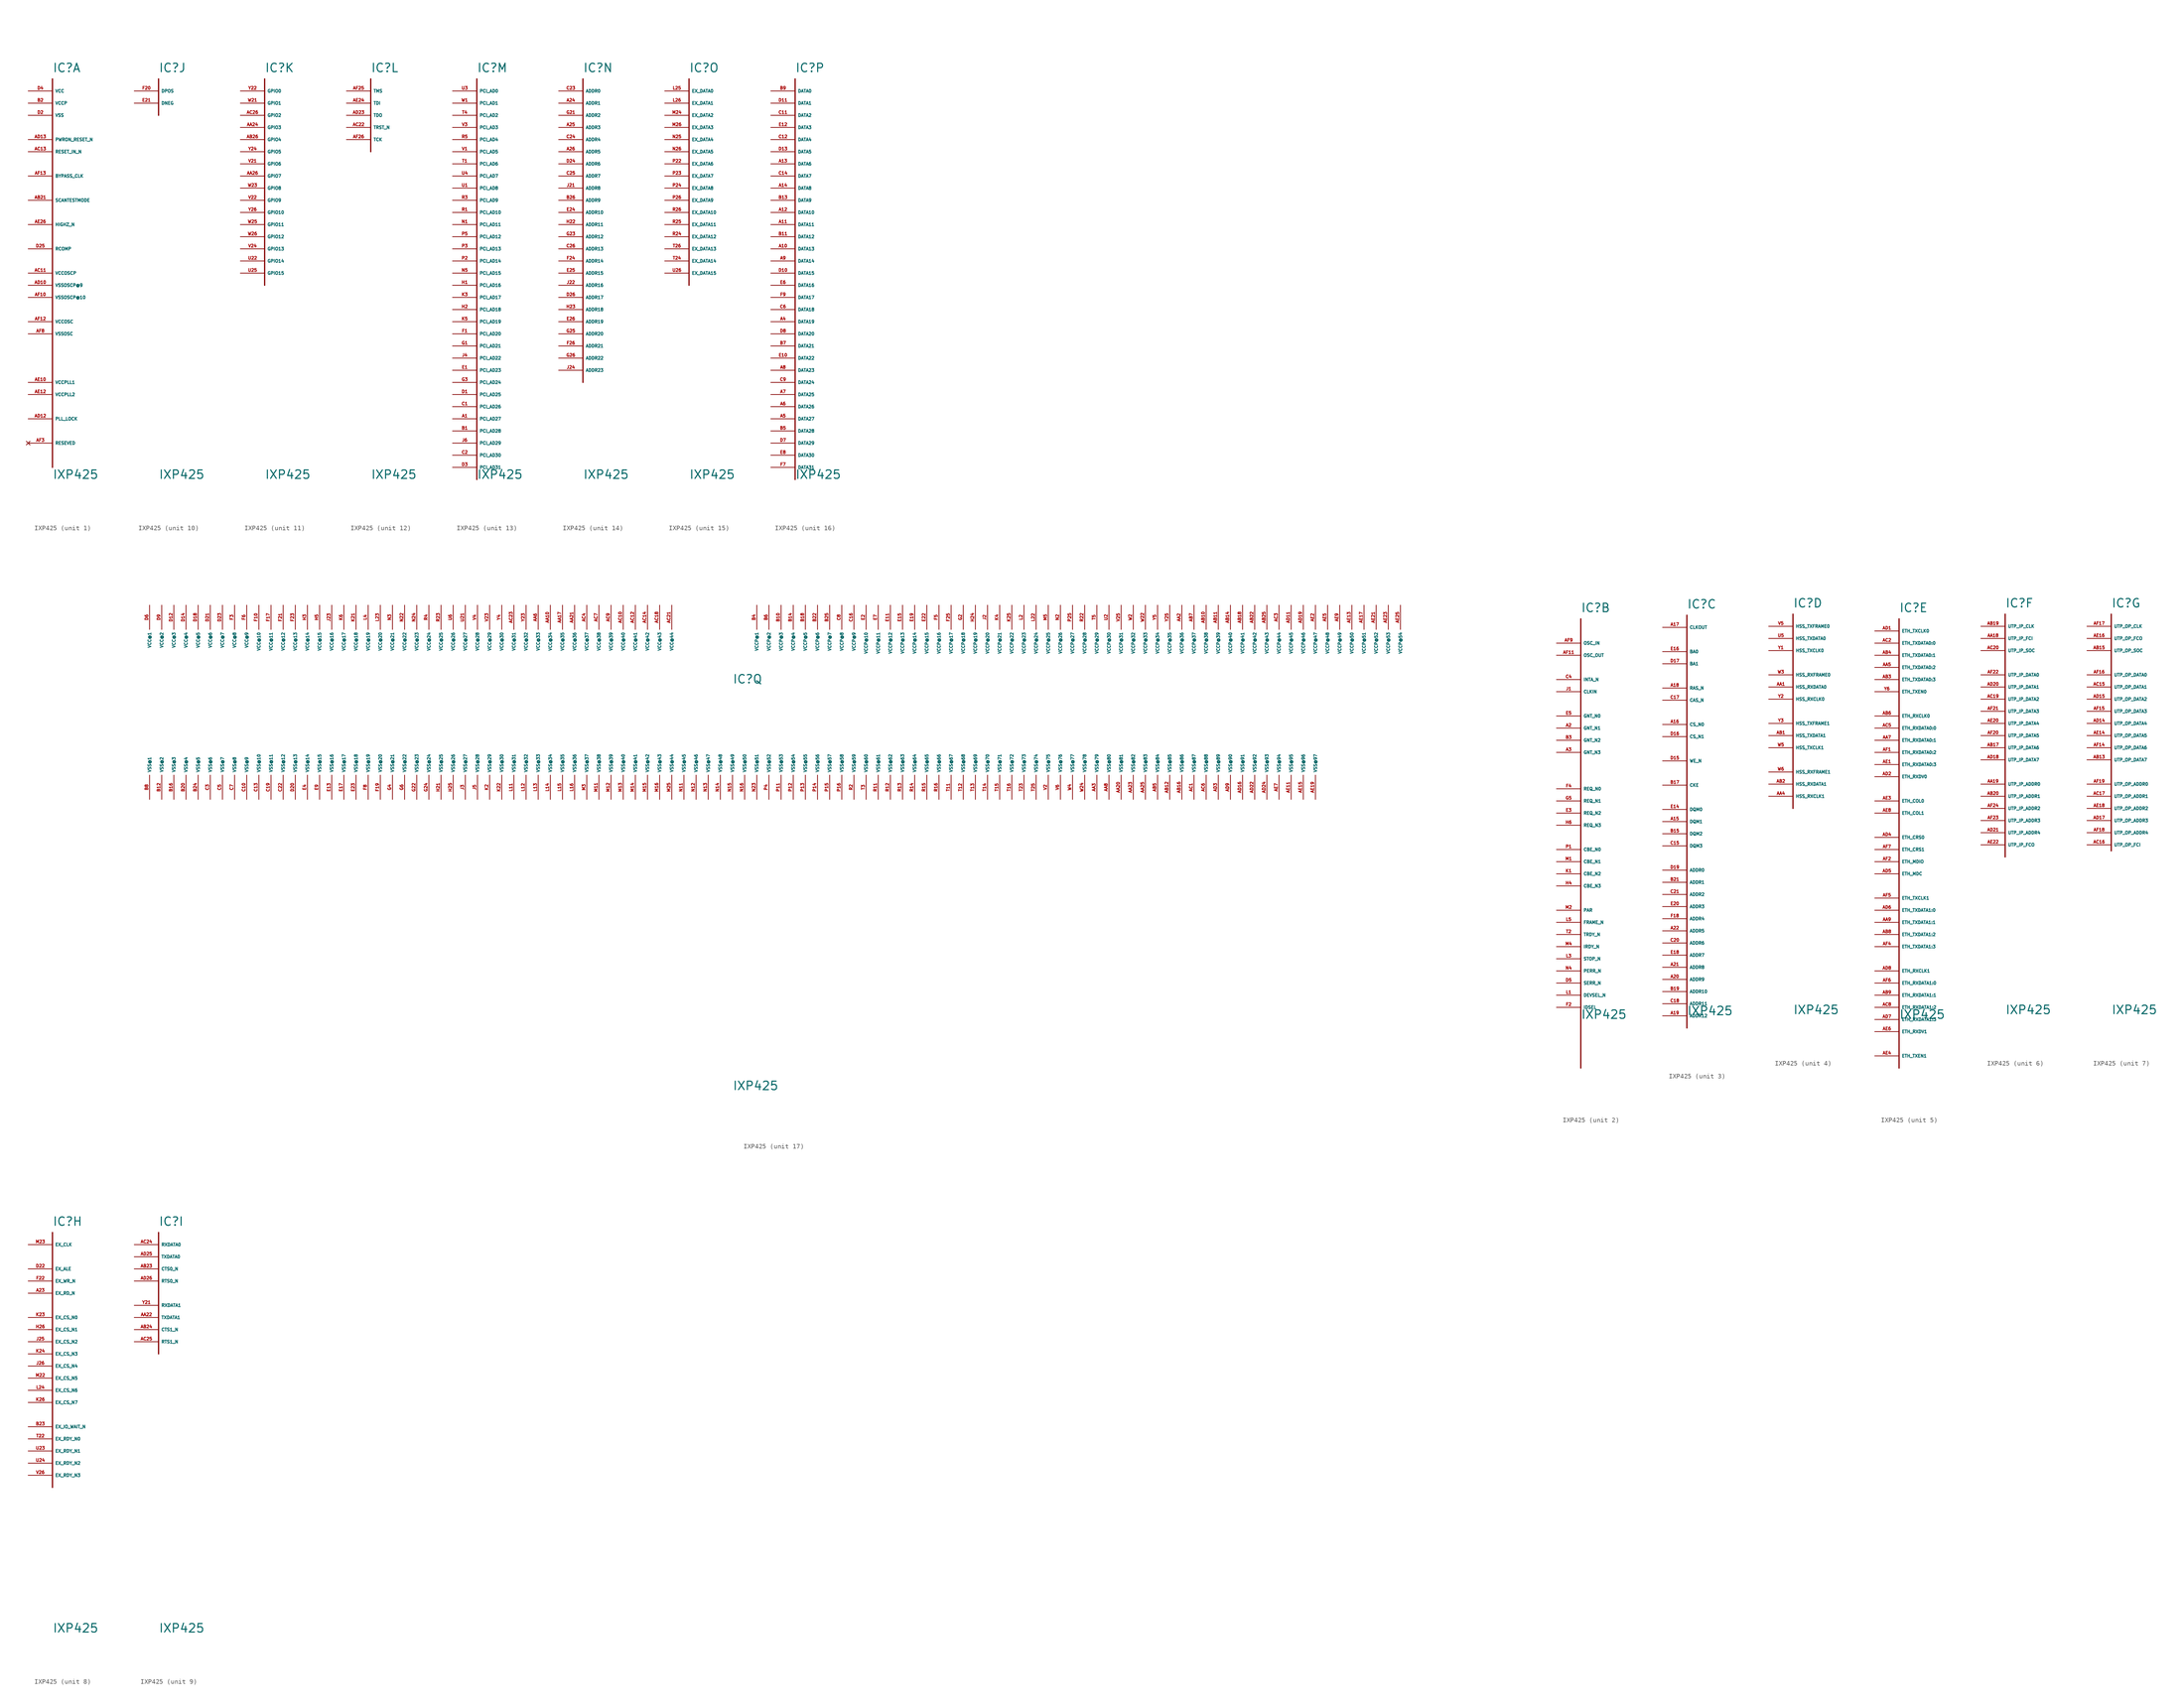
<source format=kicad_sym>
(kicad_symbol_lib
  (version 20220914)
  (generator Eagle2Kicad)
  (symbol "IXP425"
    (property "Reference" "IC"
      (at 0 3.81 0)
      (effects (font (size 1.778 1.778) (thickness 0.22)) (justify left bottom)))
    (property "Value" "IXP425"
      (at 0 -81.28 0)
      (effects (font (size 1.778 1.778) (thickness 0.22)) (justify left bottom)))
    (symbol "IXP425_1_0"
      (polyline (pts (xy 0 2.54) (xy 0 -78.74)) (stroke (width 0.254) (type default)) (fill (type none)))
      (pin input line (at -5.08 -17.78 0) (length 5.08) (name "BYPASS_CLK" (effects (font (size 0.635 0.635) (thickness 0.08)) (justify left bottom))) (number "AF13" (effects (font (size 0.635 0.635) (thickness 0.08)) (justify left bottom))))
      (pin input line (at -5.08 -22.86 0) (length 5.08) (name "SCANTESTMODE" (effects (font (size 0.635 0.635) (thickness 0.08)) (justify left bottom))) (number "AB21" (effects (font (size 0.635 0.635) (thickness 0.08)) (justify left bottom))))
      (pin input line (at -5.08 -12.7 0) (length 5.08) (name "RESET_IN_N" (effects (font (size 0.635 0.635) (thickness 0.08)) (justify left bottom))) (number "AC13" (effects (font (size 0.635 0.635) (thickness 0.08)) (justify left bottom))))
      (pin input line (at -5.08 -10.16 0) (length 5.08) (name "PWRON_RESET_N" (effects (font (size 0.635 0.635) (thickness 0.08)) (justify left bottom))) (number "AD13" (effects (font (size 0.635 0.635) (thickness 0.08)) (justify left bottom))))
      (pin input line (at -5.08 -27.94 0) (length 5.08) (name "HIGHZ_N" (effects (font (size 0.635 0.635) (thickness 0.08)) (justify left bottom))) (number "AE26" (effects (font (size 0.635 0.635) (thickness 0.08)) (justify left bottom))))
      (pin output line (at -5.08 -68.58 0) (length 5.08) (name "PLL_LOCK" (effects (font (size 0.635 0.635) (thickness 0.08)) (justify left bottom))) (number "AD12" (effects (font (size 0.635 0.635) (thickness 0.08)) (justify left bottom))))
      (pin input line (at -5.08 -33.02 0) (length 5.08) (name "RCOMP" (effects (font (size 0.635 0.635) (thickness 0.08)) (justify left bottom))) (number "D25" (effects (font (size 0.635 0.635) (thickness 0.08)) (justify left bottom))))
      (pin unspecified line (at -5.08 -60.96 0) (length 5.08) (name "VCCPLL1" (effects (font (size 0.635 0.635) (thickness 0.08)) (justify left bottom))) (number "AE10" (effects (font (size 0.635 0.635) (thickness 0.08)) (justify left bottom))))
      (pin unspecified line (at -5.08 -63.5 0) (length 5.08) (name "VCCPLL2" (effects (font (size 0.635 0.635) (thickness 0.08)) (justify left bottom))) (number "AE12" (effects (font (size 0.635 0.635) (thickness 0.08)) (justify left bottom))))
      (pin unspecified line (at -5.08 -38.1 0) (length 5.08) (name "VCCOSCP" (effects (font (size 0.635 0.635) (thickness 0.08)) (justify left bottom))) (number "AC11" (effects (font (size 0.635 0.635) (thickness 0.08)) (justify left bottom))))
      (pin unspecified line (at -5.08 -40.64 0) (length 5.08) (name "VSSOSCP@9" (effects (font (size 0.635 0.635) (thickness 0.08)) (justify left bottom))) (number "AD10" (effects (font (size 0.635 0.635) (thickness 0.08)) (justify left bottom))))
      (pin unspecified line (at -5.08 -48.26 0) (length 5.08) (name "VCCOSC" (effects (font (size 0.635 0.635) (thickness 0.08)) (justify left bottom))) (number "AF12" (effects (font (size 0.635 0.635) (thickness 0.08)) (justify left bottom))))
      (pin unspecified line (at -5.08 -50.8 0) (length 5.08) (name "VSSOSC" (effects (font (size 0.635 0.635) (thickness 0.08)) (justify left bottom))) (number "AF8" (effects (font (size 0.635 0.635) (thickness 0.08)) (justify left bottom))))
      (pin unspecified line (at -5.08 0 0) (length 5.08) (name "VCC" (effects (font (size 0.635 0.635) (thickness 0.08)) (justify left bottom))) (number "D4" (effects (font (size 0.635 0.635) (thickness 0.08)) (justify left bottom))))
      (pin unspecified line (at -5.08 -2.54 0) (length 5.08) (name "VCCP" (effects (font (size 0.635 0.635) (thickness 0.08)) (justify left bottom))) (number "B2" (effects (font (size 0.635 0.635) (thickness 0.08)) (justify left bottom))))
      (pin unspecified line (at -5.08 -5.08 0) (length 5.08) (name "VSS" (effects (font (size 0.635 0.635) (thickness 0.08)) (justify left bottom))) (number "D2" (effects (font (size 0.635 0.635) (thickness 0.08)) (justify left bottom))))
      (pin unspecified line (at -5.08 -43.18 0) (length 5.08) (name "VSSOSCP@10" (effects (font (size 0.635 0.635) (thickness 0.08)) (justify left bottom))) (number "AF10" (effects (font (size 0.635 0.635) (thickness 0.08)) (justify left bottom))))
      (pin no_connect line (at -5.08 -73.66 0) (length 5.08) (name "RESEVED" (effects (font (size 0.635 0.635) (thickness 0.08)) (justify left bottom) hide)) (number "AF3" (effects (font (size 0.635 0.635) (thickness 0.08)) (justify left bottom) hide))))
    (symbol "IXP425_2_0"
      (polyline (pts (xy 0 2.54) (xy 0 -91.44)) (stroke (width 0.254) (type default)) (fill (type none)))
      (pin output line (at -5.08 -20.32 0) (length 5.08) (name "GNT_N1" (effects (font (size 0.635 0.635) (thickness 0.08)) (justify left bottom))) (number "A2" (effects (font (size 0.635 0.635) (thickness 0.08)) (justify left bottom))))
      (pin output line (at -5.08 -22.86 0) (length 5.08) (name "GNT_N2" (effects (font (size 0.635 0.635) (thickness 0.08)) (justify left bottom))) (number "B3" (effects (font (size 0.635 0.635) (thickness 0.08)) (justify left bottom))))
      (pin output line (at -5.08 -25.4 0) (length 5.08) (name "GNT_N3" (effects (font (size 0.635 0.635) (thickness 0.08)) (justify left bottom))) (number "A3" (effects (font (size 0.635 0.635) (thickness 0.08)) (justify left bottom))))
      (pin bidirectional line (at -5.08 -17.78 0) (length 5.08) (name "GNT_N0" (effects (font (size 0.635 0.635) (thickness 0.08)) (justify left bottom))) (number "E5" (effects (font (size 0.635 0.635) (thickness 0.08)) (justify left bottom))))
      (pin bidirectional line (at -5.08 -33.02 0) (length 5.08) (name "REQ_N0" (effects (font (size 0.635 0.635) (thickness 0.08)) (justify left bottom))) (number "F4" (effects (font (size 0.635 0.635) (thickness 0.08)) (justify left bottom))))
      (pin input line (at -5.08 -35.56 0) (length 5.08) (name "REQ_N1" (effects (font (size 0.635 0.635) (thickness 0.08)) (justify left bottom))) (number "G5" (effects (font (size 0.635 0.635) (thickness 0.08)) (justify left bottom))))
      (pin input line (at -5.08 -38.1 0) (length 5.08) (name "REQ_N2" (effects (font (size 0.635 0.635) (thickness 0.08)) (justify left bottom))) (number "E3" (effects (font (size 0.635 0.635) (thickness 0.08)) (justify left bottom))))
      (pin input line (at -5.08 -12.7 0) (length 5.08) (name "CLKIN" (effects (font (size 0.635 0.635) (thickness 0.08)) (justify left bottom))) (number "J1" (effects (font (size 0.635 0.635) (thickness 0.08)) (justify left bottom))))
      (pin bidirectional line (at -5.08 -45.72 0) (length 5.08) (name "CBE_N0" (effects (font (size 0.635 0.635) (thickness 0.08)) (justify left bottom))) (number "P1" (effects (font (size 0.635 0.635) (thickness 0.08)) (justify left bottom))))
      (pin bidirectional line (at -5.08 -48.26 0) (length 5.08) (name "CBE_N1" (effects (font (size 0.635 0.635) (thickness 0.08)) (justify left bottom))) (number "M1" (effects (font (size 0.635 0.635) (thickness 0.08)) (justify left bottom))))
      (pin bidirectional line (at -5.08 -50.8 0) (length 5.08) (name "CBE_N2" (effects (font (size 0.635 0.635) (thickness 0.08)) (justify left bottom))) (number "K1" (effects (font (size 0.635 0.635) (thickness 0.08)) (justify left bottom))))
      (pin bidirectional line (at -5.08 -53.34 0) (length 5.08) (name "CBE_N3" (effects (font (size 0.635 0.635) (thickness 0.08)) (justify left bottom))) (number "H4" (effects (font (size 0.635 0.635) (thickness 0.08)) (justify left bottom))))
      (pin bidirectional line (at -5.08 -58.42 0) (length 5.08) (name "PAR" (effects (font (size 0.635 0.635) (thickness 0.08)) (justify left bottom))) (number "M2" (effects (font (size 0.635 0.635) (thickness 0.08)) (justify left bottom))))
      (pin bidirectional line (at -5.08 -60.96 0) (length 5.08) (name "FRAME_N" (effects (font (size 0.635 0.635) (thickness 0.08)) (justify left bottom))) (number "L5" (effects (font (size 0.635 0.635) (thickness 0.08)) (justify left bottom))))
      (pin bidirectional line (at -5.08 -63.5 0) (length 5.08) (name "TRDY_N" (effects (font (size 0.635 0.635) (thickness 0.08)) (justify left bottom))) (number "T2" (effects (font (size 0.635 0.635) (thickness 0.08)) (justify left bottom))))
      (pin bidirectional line (at -5.08 -66.04 0) (length 5.08) (name "IRDY_N" (effects (font (size 0.635 0.635) (thickness 0.08)) (justify left bottom))) (number "M4" (effects (font (size 0.635 0.635) (thickness 0.08)) (justify left bottom))))
      (pin bidirectional line (at -5.08 -68.58 0) (length 5.08) (name "STOP_N" (effects (font (size 0.635 0.635) (thickness 0.08)) (justify left bottom))) (number "L3" (effects (font (size 0.635 0.635) (thickness 0.08)) (justify left bottom))))
      (pin bidirectional line (at -5.08 -71.12 0) (length 5.08) (name "PERR_N" (effects (font (size 0.635 0.635) (thickness 0.08)) (justify left bottom))) (number "N4" (effects (font (size 0.635 0.635) (thickness 0.08)) (justify left bottom))))
      (pin bidirectional line (at -5.08 -73.66 0) (length 5.08) (name "SERR_N" (effects (font (size 0.635 0.635) (thickness 0.08)) (justify left bottom))) (number "D5" (effects (font (size 0.635 0.635) (thickness 0.08)) (justify left bottom))))
      (pin bidirectional line (at -5.08 -76.2 0) (length 5.08) (name "DEVSEL_N" (effects (font (size 0.635 0.635) (thickness 0.08)) (justify left bottom))) (number "L1" (effects (font (size 0.635 0.635) (thickness 0.08)) (justify left bottom))))
      (pin input line (at -5.08 -78.74 0) (length 5.08) (name "IDSEL" (effects (font (size 0.635 0.635) (thickness 0.08)) (justify left bottom))) (number "F2" (effects (font (size 0.635 0.635) (thickness 0.08)) (justify left bottom))))
      (pin input line (at -5.08 -40.64 0) (length 5.08) (name "REQ_N3" (effects (font (size 0.635 0.635) (thickness 0.08)) (justify left bottom))) (number "H6" (effects (font (size 0.635 0.635) (thickness 0.08)) (justify left bottom))))
      (pin output line (at -5.08 -10.16 0) (length 5.08) (name "INTA_N" (effects (font (size 0.635 0.635) (thickness 0.08)) (justify left bottom))) (number "C4" (effects (font (size 0.635 0.635) (thickness 0.08)) (justify left bottom))))
      (pin input line (at -5.08 -2.54 0) (length 5.08) (name "OSC_IN" (effects (font (size 0.635 0.635) (thickness 0.08)) (justify left bottom))) (number "AF9" (effects (font (size 0.635 0.635) (thickness 0.08)) (justify left bottom))))
      (pin output line (at -5.08 -5.08 0) (length 5.08) (name "OSC_OUT" (effects (font (size 0.635 0.635) (thickness 0.08)) (justify left bottom))) (number "AF11" (effects (font (size 0.635 0.635) (thickness 0.08)) (justify left bottom)))))
    (symbol "IXP425_3_0"
      (polyline (pts (xy 0 2.54) (xy 0 -83.82)) (stroke (width 0.254) (type default)) (fill (type none)))
      (pin output line (at -5.08 -50.8 0) (length 5.08) (name "ADDR0" (effects (font (size 0.635 0.635) (thickness 0.08)) (justify left bottom))) (number "D19" (effects (font (size 0.635 0.635) (thickness 0.08)) (justify left bottom))))
      (pin output line (at -5.08 -53.34 0) (length 5.08) (name "ADDR1" (effects (font (size 0.635 0.635) (thickness 0.08)) (justify left bottom))) (number "B21" (effects (font (size 0.635 0.635) (thickness 0.08)) (justify left bottom))))
      (pin output line (at -5.08 -55.88 0) (length 5.08) (name "ADDR2" (effects (font (size 0.635 0.635) (thickness 0.08)) (justify left bottom))) (number "C21" (effects (font (size 0.635 0.635) (thickness 0.08)) (justify left bottom))))
      (pin output line (at -5.08 -58.42 0) (length 5.08) (name "ADDR3" (effects (font (size 0.635 0.635) (thickness 0.08)) (justify left bottom))) (number "E20" (effects (font (size 0.635 0.635) (thickness 0.08)) (justify left bottom))))
      (pin output line (at -5.08 -60.96 0) (length 5.08) (name "ADDR4" (effects (font (size 0.635 0.635) (thickness 0.08)) (justify left bottom))) (number "F18" (effects (font (size 0.635 0.635) (thickness 0.08)) (justify left bottom))))
      (pin output line (at -5.08 -63.5 0) (length 5.08) (name "ADDR5" (effects (font (size 0.635 0.635) (thickness 0.08)) (justify left bottom))) (number "A22" (effects (font (size 0.635 0.635) (thickness 0.08)) (justify left bottom))))
      (pin output line (at -5.08 -66.04 0) (length 5.08) (name "ADDR6" (effects (font (size 0.635 0.635) (thickness 0.08)) (justify left bottom))) (number "C20" (effects (font (size 0.635 0.635) (thickness 0.08)) (justify left bottom))))
      (pin output line (at -5.08 -68.58 0) (length 5.08) (name "ADDR7" (effects (font (size 0.635 0.635) (thickness 0.08)) (justify left bottom))) (number "E18" (effects (font (size 0.635 0.635) (thickness 0.08)) (justify left bottom))))
      (pin output line (at -5.08 -71.12 0) (length 5.08) (name "ADDR8" (effects (font (size 0.635 0.635) (thickness 0.08)) (justify left bottom))) (number "A21" (effects (font (size 0.635 0.635) (thickness 0.08)) (justify left bottom))))
      (pin output line (at -5.08 -73.66 0) (length 5.08) (name "ADDR9" (effects (font (size 0.635 0.635) (thickness 0.08)) (justify left bottom))) (number "A20" (effects (font (size 0.635 0.635) (thickness 0.08)) (justify left bottom))))
      (pin output line (at -5.08 -76.2 0) (length 5.08) (name "ADDR10" (effects (font (size 0.635 0.635) (thickness 0.08)) (justify left bottom))) (number "B19" (effects (font (size 0.635 0.635) (thickness 0.08)) (justify left bottom))))
      (pin output line (at -5.08 -78.74 0) (length 5.08) (name "ADDR11" (effects (font (size 0.635 0.635) (thickness 0.08)) (justify left bottom))) (number "C18" (effects (font (size 0.635 0.635) (thickness 0.08)) (justify left bottom))))
      (pin output line (at -5.08 -81.28 0) (length 5.08) (name "ADDR12" (effects (font (size 0.635 0.635) (thickness 0.08)) (justify left bottom))) (number "A19" (effects (font (size 0.635 0.635) (thickness 0.08)) (justify left bottom))))
      (pin output line (at -5.08 -20.32 0) (length 5.08) (name "CS_N0" (effects (font (size 0.635 0.635) (thickness 0.08)) (justify left bottom))) (number "A16" (effects (font (size 0.635 0.635) (thickness 0.08)) (justify left bottom))))
      (pin output line (at -5.08 0 0) (length 5.08) (name "CLKOUT" (effects (font (size 0.635 0.635) (thickness 0.08)) (justify left bottom))) (number "A17" (effects (font (size 0.635 0.635) (thickness 0.08)) (justify left bottom))))
      (pin bidirectional line (at -5.08 -38.1 0) (length 5.08) (name "DQM0" (effects (font (size 0.635 0.635) (thickness 0.08)) (justify left bottom))) (number "E14" (effects (font (size 0.635 0.635) (thickness 0.08)) (justify left bottom))))
      (pin output line (at -5.08 -12.7 0) (length 5.08) (name "RAS_N" (effects (font (size 0.635 0.635) (thickness 0.08)) (justify left bottom))) (number "A18" (effects (font (size 0.635 0.635) (thickness 0.08)) (justify left bottom))))
      (pin output line (at -5.08 -5.08 0) (length 5.08) (name "BA0" (effects (font (size 0.635 0.635) (thickness 0.08)) (justify left bottom))) (number "E16" (effects (font (size 0.635 0.635) (thickness 0.08)) (justify left bottom))))
      (pin output line (at -5.08 -7.62 0) (length 5.08) (name "BA1" (effects (font (size 0.635 0.635) (thickness 0.08)) (justify left bottom))) (number "D17" (effects (font (size 0.635 0.635) (thickness 0.08)) (justify left bottom))))
      (pin output line (at -5.08 -15.24 0) (length 5.08) (name "CAS_N" (effects (font (size 0.635 0.635) (thickness 0.08)) (justify left bottom))) (number "C17" (effects (font (size 0.635 0.635) (thickness 0.08)) (justify left bottom))))
      (pin output line (at -5.08 -22.86 0) (length 5.08) (name "CS_N1" (effects (font (size 0.635 0.635) (thickness 0.08)) (justify left bottom))) (number "D16" (effects (font (size 0.635 0.635) (thickness 0.08)) (justify left bottom))))
      (pin output line (at -5.08 -27.94 0) (length 5.08) (name "WE_N" (effects (font (size 0.635 0.635) (thickness 0.08)) (justify left bottom))) (number "D15" (effects (font (size 0.635 0.635) (thickness 0.08)) (justify left bottom))))
      (pin output line (at -5.08 -33.02 0) (length 5.08) (name "CKE" (effects (font (size 0.635 0.635) (thickness 0.08)) (justify left bottom))) (number "B17" (effects (font (size 0.635 0.635) (thickness 0.08)) (justify left bottom))))
      (pin bidirectional line (at -5.08 -40.64 0) (length 5.08) (name "DQM1" (effects (font (size 0.635 0.635) (thickness 0.08)) (justify left bottom))) (number "A15" (effects (font (size 0.635 0.635) (thickness 0.08)) (justify left bottom))))
      (pin bidirectional line (at -5.08 -43.18 0) (length 5.08) (name "DQM2" (effects (font (size 0.635 0.635) (thickness 0.08)) (justify left bottom))) (number "B15" (effects (font (size 0.635 0.635) (thickness 0.08)) (justify left bottom))))
      (pin bidirectional line (at -5.08 -45.72 0) (length 5.08) (name "DQM3" (effects (font (size 0.635 0.635) (thickness 0.08)) (justify left bottom))) (number "C15" (effects (font (size 0.635 0.635) (thickness 0.08)) (justify left bottom)))))
    (symbol "IXP425_4_0"
      (polyline (pts (xy 0 2.54) (xy 0 -38.1)) (stroke (width 0.254) (type default)) (fill (type none)))
      (pin output line (at -5.08 -2.54 0) (length 5.08) (name "HSS_TXDATA0" (effects (font (size 0.635 0.635) (thickness 0.08)) (justify left bottom))) (number "U5" (effects (font (size 0.635 0.635) (thickness 0.08)) (justify left bottom))))
      (pin input line (at -5.08 -12.7 0) (length 5.08) (name "HSS_RXDATA0" (effects (font (size 0.635 0.635) (thickness 0.08)) (justify left bottom))) (number "AA1" (effects (font (size 0.635 0.635) (thickness 0.08)) (justify left bottom))))
      (pin bidirectional line (at -5.08 0 0) (length 5.08) (name "HSS_TXFRAME0" (effects (font (size 0.635 0.635) (thickness 0.08)) (justify left bottom))) (number "V5" (effects (font (size 0.635 0.635) (thickness 0.08)) (justify left bottom))))
      (pin bidirectional line (at -5.08 -5.08 0) (length 5.08) (name "HSS_TXCLK0" (effects (font (size 0.635 0.635) (thickness 0.08)) (justify left bottom))) (number "Y1" (effects (font (size 0.635 0.635) (thickness 0.08)) (justify left bottom))))
      (pin bidirectional line (at -5.08 -10.16 0) (length 5.08) (name "HSS_RXFRAME0" (effects (font (size 0.635 0.635) (thickness 0.08)) (justify left bottom))) (number "W3" (effects (font (size 0.635 0.635) (thickness 0.08)) (justify left bottom))))
      (pin bidirectional line (at -5.08 -15.24 0) (length 5.08) (name "HSS_RXCLK0" (effects (font (size 0.635 0.635) (thickness 0.08)) (justify left bottom))) (number "Y2" (effects (font (size 0.635 0.635) (thickness 0.08)) (justify left bottom))))
      (pin output line (at -5.08 -22.86 0) (length 5.08) (name "HSS_TXDATA1" (effects (font (size 0.635 0.635) (thickness 0.08)) (justify left bottom))) (number "AB1" (effects (font (size 0.635 0.635) (thickness 0.08)) (justify left bottom))))
      (pin input line (at -5.08 -33.02 0) (length 5.08) (name "HSS_RXDATA1" (effects (font (size 0.635 0.635) (thickness 0.08)) (justify left bottom))) (number "AB2" (effects (font (size 0.635 0.635) (thickness 0.08)) (justify left bottom))))
      (pin bidirectional line (at -5.08 -20.32 0) (length 5.08) (name "HSS_TXFRAME1" (effects (font (size 0.635 0.635) (thickness 0.08)) (justify left bottom))) (number "Y3" (effects (font (size 0.635 0.635) (thickness 0.08)) (justify left bottom))))
      (pin bidirectional line (at -5.08 -25.4 0) (length 5.08) (name "HSS_TXCLK1" (effects (font (size 0.635 0.635) (thickness 0.08)) (justify left bottom))) (number "W5" (effects (font (size 0.635 0.635) (thickness 0.08)) (justify left bottom))))
      (pin bidirectional line (at -5.08 -30.48 0) (length 5.08) (name "HSS_RXFRAME1" (effects (font (size 0.635 0.635) (thickness 0.08)) (justify left bottom))) (number "W6" (effects (font (size 0.635 0.635) (thickness 0.08)) (justify left bottom))))
      (pin bidirectional line (at -5.08 -35.56 0) (length 5.08) (name "HSS_RXCLK1" (effects (font (size 0.635 0.635) (thickness 0.08)) (justify left bottom))) (number "AA4" (effects (font (size 0.635 0.635) (thickness 0.08)) (justify left bottom)))))
    (symbol "IXP425_5_0"
      (polyline (pts (xy 0 2.54) (xy 0 -91.44)) (stroke (width 0.254) (type default)) (fill (type none)))
      (pin output line (at -5.08 -2.54 0) (length 5.08) (name "ETH_TXDATA0:0" (effects (font (size 0.635 0.635) (thickness 0.08)) (justify left bottom))) (number "AC2" (effects (font (size 0.635 0.635) (thickness 0.08)) (justify left bottom))))
      (pin bidirectional line (at -5.08 -35.56 0) (length 5.08) (name "ETH_COL0" (effects (font (size 0.635 0.635) (thickness 0.08)) (justify left bottom))) (number "AE3" (effects (font (size 0.635 0.635) (thickness 0.08)) (justify left bottom))))
      (pin bidirectional line (at -5.08 -88.9 0) (length 5.08) (name "ETH_TXEN1" (effects (font (size 0.635 0.635) (thickness 0.08)) (justify left bottom))) (number "AE4" (effects (font (size 0.635 0.635) (thickness 0.08)) (justify left bottom))))
      (pin bidirectional line (at -5.08 -83.82 0) (length 5.08) (name "ETH_RXDV1" (effects (font (size 0.635 0.635) (thickness 0.08)) (justify left bottom))) (number "AE6" (effects (font (size 0.635 0.635) (thickness 0.08)) (justify left bottom))))
      (pin bidirectional line (at -5.08 -38.1 0) (length 5.08) (name "ETH_COL1" (effects (font (size 0.635 0.635) (thickness 0.08)) (justify left bottom))) (number "AE8" (effects (font (size 0.635 0.635) (thickness 0.08)) (justify left bottom))))
      (pin input line (at -5.08 0 0) (length 5.08) (name "ETH_TXCLK0" (effects (font (size 0.635 0.635) (thickness 0.08)) (justify left bottom))) (number "AD1" (effects (font (size 0.635 0.635) (thickness 0.08)) (justify left bottom))))
      (pin output line (at -5.08 -5.08 0) (length 5.08) (name "ETH_TXDATA0:1" (effects (font (size 0.635 0.635) (thickness 0.08)) (justify left bottom))) (number "AB4" (effects (font (size 0.635 0.635) (thickness 0.08)) (justify left bottom))))
      (pin output line (at -5.08 -7.62 0) (length 5.08) (name "ETH_TXDATA0:2" (effects (font (size 0.635 0.635) (thickness 0.08)) (justify left bottom))) (number "AA5" (effects (font (size 0.635 0.635) (thickness 0.08)) (justify left bottom))))
      (pin output line (at -5.08 -10.16 0) (length 5.08) (name "ETH_TXDATA0:3" (effects (font (size 0.635 0.635) (thickness 0.08)) (justify left bottom))) (number "AB3" (effects (font (size 0.635 0.635) (thickness 0.08)) (justify left bottom))))
      (pin output line (at -5.08 -12.7 0) (length 5.08) (name "ETH_TXEN0" (effects (font (size 0.635 0.635) (thickness 0.08)) (justify left bottom))) (number "Y6" (effects (font (size 0.635 0.635) (thickness 0.08)) (justify left bottom))))
      (pin input line (at -5.08 -17.78 0) (length 5.08) (name "ETH_RXCLK0" (effects (font (size 0.635 0.635) (thickness 0.08)) (justify left bottom))) (number "AB6" (effects (font (size 0.635 0.635) (thickness 0.08)) (justify left bottom))))
      (pin input line (at -5.08 -20.32 0) (length 5.08) (name "ETH_RXDATA0:0" (effects (font (size 0.635 0.635) (thickness 0.08)) (justify left bottom))) (number "AC5" (effects (font (size 0.635 0.635) (thickness 0.08)) (justify left bottom))))
      (pin input line (at -5.08 -22.86 0) (length 5.08) (name "ETH_RXDATA0:1" (effects (font (size 0.635 0.635) (thickness 0.08)) (justify left bottom))) (number "AA7" (effects (font (size 0.635 0.635) (thickness 0.08)) (justify left bottom))))
      (pin input line (at -5.08 -25.4 0) (length 5.08) (name "ETH_RXDATA0:2" (effects (font (size 0.635 0.635) (thickness 0.08)) (justify left bottom))) (number "AF1" (effects (font (size 0.635 0.635) (thickness 0.08)) (justify left bottom))))
      (pin input line (at -5.08 -27.94 0) (length 5.08) (name "ETH_RXDATA0:3" (effects (font (size 0.635 0.635) (thickness 0.08)) (justify left bottom))) (number "AE1" (effects (font (size 0.635 0.635) (thickness 0.08)) (justify left bottom))))
      (pin input line (at -5.08 -30.48 0) (length 5.08) (name "ETH_RXDV0" (effects (font (size 0.635 0.635) (thickness 0.08)) (justify left bottom))) (number "AD2" (effects (font (size 0.635 0.635) (thickness 0.08)) (justify left bottom))))
      (pin input line (at -5.08 -43.18 0) (length 5.08) (name "ETH_CRS0" (effects (font (size 0.635 0.635) (thickness 0.08)) (justify left bottom))) (number "AD4" (effects (font (size 0.635 0.635) (thickness 0.08)) (justify left bottom))))
      (pin bidirectional line (at -5.08 -48.26 0) (length 5.08) (name "ETH_MDIO" (effects (font (size 0.635 0.635) (thickness 0.08)) (justify left bottom))) (number "AF2" (effects (font (size 0.635 0.635) (thickness 0.08)) (justify left bottom))))
      (pin output line (at -5.08 -50.8 0) (length 5.08) (name "ETH_MDC" (effects (font (size 0.635 0.635) (thickness 0.08)) (justify left bottom))) (number "AD5" (effects (font (size 0.635 0.635) (thickness 0.08)) (justify left bottom))))
      (pin output line (at -5.08 -55.88 0) (length 5.08) (name "ETH_TXCLK1" (effects (font (size 0.635 0.635) (thickness 0.08)) (justify left bottom))) (number "AF5" (effects (font (size 0.635 0.635) (thickness 0.08)) (justify left bottom))))
      (pin input line (at -5.08 -71.12 0) (length 5.08) (name "ETH_RXCLK1" (effects (font (size 0.635 0.635) (thickness 0.08)) (justify left bottom))) (number "AD8" (effects (font (size 0.635 0.635) (thickness 0.08)) (justify left bottom))))
      (pin input line (at -5.08 -73.66 0) (length 5.08) (name "ETH_RXDATA1:0" (effects (font (size 0.635 0.635) (thickness 0.08)) (justify left bottom))) (number "AF6" (effects (font (size 0.635 0.635) (thickness 0.08)) (justify left bottom))))
      (pin input line (at -5.08 -76.2 0) (length 5.08) (name "ETH_RXDATA1:1" (effects (font (size 0.635 0.635) (thickness 0.08)) (justify left bottom))) (number "AB9" (effects (font (size 0.635 0.635) (thickness 0.08)) (justify left bottom))))
      (pin input line (at -5.08 -78.74 0) (length 5.08) (name "ETH_RXDATA1:2" (effects (font (size 0.635 0.635) (thickness 0.08)) (justify left bottom))) (number "AC8" (effects (font (size 0.635 0.635) (thickness 0.08)) (justify left bottom))))
      (pin input line (at -5.08 -81.28 0) (length 5.08) (name "ETH_RXDATA1:3" (effects (font (size 0.635 0.635) (thickness 0.08)) (justify left bottom))) (number "AD7" (effects (font (size 0.635 0.635) (thickness 0.08)) (justify left bottom))))
      (pin input line (at -5.08 -45.72 0) (length 5.08) (name "ETH_CRS1" (effects (font (size 0.635 0.635) (thickness 0.08)) (justify left bottom))) (number "AF7" (effects (font (size 0.635 0.635) (thickness 0.08)) (justify left bottom))))
      (pin output line (at -5.08 -58.42 0) (length 5.08) (name "ETH_TXDATA1:0" (effects (font (size 0.635 0.635) (thickness 0.08)) (justify left bottom))) (number "AD6" (effects (font (size 0.635 0.635) (thickness 0.08)) (justify left bottom))))
      (pin output line (at -5.08 -60.96 0) (length 5.08) (name "ETH_TXDATA1:1" (effects (font (size 0.635 0.635) (thickness 0.08)) (justify left bottom))) (number "AA9" (effects (font (size 0.635 0.635) (thickness 0.08)) (justify left bottom))))
      (pin output line (at -5.08 -63.5 0) (length 5.08) (name "ETH_TXDATA1:2" (effects (font (size 0.635 0.635) (thickness 0.08)) (justify left bottom))) (number "AB8" (effects (font (size 0.635 0.635) (thickness 0.08)) (justify left bottom))))
      (pin output line (at -5.08 -66.04 0) (length 5.08) (name "ETH_TXDATA1:3" (effects (font (size 0.635 0.635) (thickness 0.08)) (justify left bottom))) (number "AF4" (effects (font (size 0.635 0.635) (thickness 0.08)) (justify left bottom)))))
    (symbol "IXP425_6_0"
      (polyline (pts (xy 0 2.54) (xy 0 -48.26)) (stroke (width 0.254) (type default)) (fill (type none)))
      (pin input line (at -5.08 -2.54 0) (length 5.08) (name "UTP_IP_FCI" (effects (font (size 0.635 0.635) (thickness 0.08)) (justify left bottom))) (number "AA18" (effects (font (size 0.635 0.635) (thickness 0.08)) (justify left bottom))))
      (pin output line (at -5.08 -33.02 0) (length 5.08) (name "UTP_IP_ADDR0" (effects (font (size 0.635 0.635) (thickness 0.08)) (justify left bottom))) (number "AA19" (effects (font (size 0.635 0.635) (thickness 0.08)) (justify left bottom))))
      (pin input line (at -5.08 -10.16 0) (length 5.08) (name "UTP_IP_DATA0" (effects (font (size 0.635 0.635) (thickness 0.08)) (justify left bottom))) (number "AF22" (effects (font (size 0.635 0.635) (thickness 0.08)) (justify left bottom))))
      (pin output line (at -5.08 -45.72 0) (length 5.08) (name "UTP_IP_FCO" (effects (font (size 0.635 0.635) (thickness 0.08)) (justify left bottom))) (number "AE22" (effects (font (size 0.635 0.635) (thickness 0.08)) (justify left bottom))))
      (pin input line (at -5.08 0 0) (length 5.08) (name "UTP_IP_CLK" (effects (font (size 0.635 0.635) (thickness 0.08)) (justify left bottom))) (number "AB19" (effects (font (size 0.635 0.635) (thickness 0.08)) (justify left bottom))))
      (pin input line (at -5.08 -5.08 0) (length 5.08) (name "UTP_IP_SOC" (effects (font (size 0.635 0.635) (thickness 0.08)) (justify left bottom))) (number "AC20" (effects (font (size 0.635 0.635) (thickness 0.08)) (justify left bottom))))
      (pin input line (at -5.08 -12.7 0) (length 5.08) (name "UTP_IP_DATA1" (effects (font (size 0.635 0.635) (thickness 0.08)) (justify left bottom))) (number "AD20" (effects (font (size 0.635 0.635) (thickness 0.08)) (justify left bottom))))
      (pin input line (at -5.08 -15.24 0) (length 5.08) (name "UTP_IP_DATA2" (effects (font (size 0.635 0.635) (thickness 0.08)) (justify left bottom))) (number "AC19" (effects (font (size 0.635 0.635) (thickness 0.08)) (justify left bottom))))
      (pin input line (at -5.08 -17.78 0) (length 5.08) (name "UTP_IP_DATA3" (effects (font (size 0.635 0.635) (thickness 0.08)) (justify left bottom))) (number "AF21" (effects (font (size 0.635 0.635) (thickness 0.08)) (justify left bottom))))
      (pin input line (at -5.08 -20.32 0) (length 5.08) (name "UTP_IP_DATA4" (effects (font (size 0.635 0.635) (thickness 0.08)) (justify left bottom))) (number "AE20" (effects (font (size 0.635 0.635) (thickness 0.08)) (justify left bottom))))
      (pin input line (at -5.08 -22.86 0) (length 5.08) (name "UTP_IP_DATA5" (effects (font (size 0.635 0.635) (thickness 0.08)) (justify left bottom))) (number "AF20" (effects (font (size 0.635 0.635) (thickness 0.08)) (justify left bottom))))
      (pin input line (at -5.08 -25.4 0) (length 5.08) (name "UTP_IP_DATA6" (effects (font (size 0.635 0.635) (thickness 0.08)) (justify left bottom))) (number "AB17" (effects (font (size 0.635 0.635) (thickness 0.08)) (justify left bottom))))
      (pin input line (at -5.08 -27.94 0) (length 5.08) (name "UTP_IP_DATA7" (effects (font (size 0.635 0.635) (thickness 0.08)) (justify left bottom))) (number "AD18" (effects (font (size 0.635 0.635) (thickness 0.08)) (justify left bottom))))
      (pin output line (at -5.08 -35.56 0) (length 5.08) (name "UTP_IP_ADDR1" (effects (font (size 0.635 0.635) (thickness 0.08)) (justify left bottom))) (number "AB20" (effects (font (size 0.635 0.635) (thickness 0.08)) (justify left bottom))))
      (pin output line (at -5.08 -38.1 0) (length 5.08) (name "UTP_IP_ADDR2" (effects (font (size 0.635 0.635) (thickness 0.08)) (justify left bottom))) (number "AF24" (effects (font (size 0.635 0.635) (thickness 0.08)) (justify left bottom))))
      (pin output line (at -5.08 -40.64 0) (length 5.08) (name "UTP_IP_ADDR3" (effects (font (size 0.635 0.635) (thickness 0.08)) (justify left bottom))) (number "AF23" (effects (font (size 0.635 0.635) (thickness 0.08)) (justify left bottom))))
      (pin output line (at -5.08 -43.18 0) (length 5.08) (name "UTP_IP_ADDR4" (effects (font (size 0.635 0.635) (thickness 0.08)) (justify left bottom))) (number "AD21" (effects (font (size 0.635 0.635) (thickness 0.08)) (justify left bottom)))))
    (symbol "IXP425_7_0"
      (polyline (pts (xy 0 2.54) (xy 0 -46.99)) (stroke (width 0.254) (type default)) (fill (type none)))
      (pin input line (at -5.08 0 0) (length 5.08) (name "UTP_OP_CLK" (effects (font (size 0.635 0.635) (thickness 0.08)) (justify left bottom))) (number "AF17" (effects (font (size 0.635 0.635) (thickness 0.08)) (justify left bottom))))
      (pin output line (at -5.08 -5.08 0) (length 5.08) (name "UTP_OP_SOC" (effects (font (size 0.635 0.635) (thickness 0.08)) (justify left bottom))) (number "AB15" (effects (font (size 0.635 0.635) (thickness 0.08)) (justify left bottom))))
      (pin output line (at -5.08 -10.16 0) (length 5.08) (name "UTP_OP_DATA0" (effects (font (size 0.635 0.635) (thickness 0.08)) (justify left bottom))) (number "AF16" (effects (font (size 0.635 0.635) (thickness 0.08)) (justify left bottom))))
      (pin output line (at -5.08 -12.7 0) (length 5.08) (name "UTP_OP_DATA1" (effects (font (size 0.635 0.635) (thickness 0.08)) (justify left bottom))) (number "AC15" (effects (font (size 0.635 0.635) (thickness 0.08)) (justify left bottom))))
      (pin output line (at -5.08 -15.24 0) (length 5.08) (name "UTP_OP_DATA2" (effects (font (size 0.635 0.635) (thickness 0.08)) (justify left bottom))) (number "AD15" (effects (font (size 0.635 0.635) (thickness 0.08)) (justify left bottom))))
      (pin output line (at -5.08 -17.78 0) (length 5.08) (name "UTP_OP_DATA3" (effects (font (size 0.635 0.635) (thickness 0.08)) (justify left bottom))) (number "AF15" (effects (font (size 0.635 0.635) (thickness 0.08)) (justify left bottom))))
      (pin output line (at -5.08 -20.32 0) (length 5.08) (name "UTP_OP_DATA4" (effects (font (size 0.635 0.635) (thickness 0.08)) (justify left bottom))) (number "AD14" (effects (font (size 0.635 0.635) (thickness 0.08)) (justify left bottom))))
      (pin output line (at -5.08 -22.86 0) (length 5.08) (name "UTP_OP_DATA5" (effects (font (size 0.635 0.635) (thickness 0.08)) (justify left bottom))) (number "AE14" (effects (font (size 0.635 0.635) (thickness 0.08)) (justify left bottom))))
      (pin output line (at -5.08 -25.4 0) (length 5.08) (name "UTP_OP_DATA6" (effects (font (size 0.635 0.635) (thickness 0.08)) (justify left bottom))) (number "AF14" (effects (font (size 0.635 0.635) (thickness 0.08)) (justify left bottom))))
      (pin output line (at -5.08 -27.94 0) (length 5.08) (name "UTP_OP_DATA7" (effects (font (size 0.635 0.635) (thickness 0.08)) (justify left bottom))) (number "AB13" (effects (font (size 0.635 0.635) (thickness 0.08)) (justify left bottom))))
      (pin output line (at -5.08 -33.02 0) (length 5.08) (name "UTP_OP_ADDR0" (effects (font (size 0.635 0.635) (thickness 0.08)) (justify left bottom))) (number "AF19" (effects (font (size 0.635 0.635) (thickness 0.08)) (justify left bottom))))
      (pin output line (at -5.08 -35.56 0) (length 5.08) (name "UTP_OP_ADDR1" (effects (font (size 0.635 0.635) (thickness 0.08)) (justify left bottom))) (number "AC17" (effects (font (size 0.635 0.635) (thickness 0.08)) (justify left bottom))))
      (pin output line (at -5.08 -38.1 0) (length 5.08) (name "UTP_OP_ADDR2" (effects (font (size 0.635 0.635) (thickness 0.08)) (justify left bottom))) (number "AE18" (effects (font (size 0.635 0.635) (thickness 0.08)) (justify left bottom))))
      (pin output line (at -5.08 -40.64 0) (length 5.08) (name "UTP_OP_ADDR3" (effects (font (size 0.635 0.635) (thickness 0.08)) (justify left bottom))) (number "AD17" (effects (font (size 0.635 0.635) (thickness 0.08)) (justify left bottom))))
      (pin output line (at -5.08 -43.18 0) (length 5.08) (name "UTP_OP_ADDR4" (effects (font (size 0.635 0.635) (thickness 0.08)) (justify left bottom))) (number "AF18" (effects (font (size 0.635 0.635) (thickness 0.08)) (justify left bottom))))
      (pin input line (at -5.08 -45.72 0) (length 5.08) (name "UTP_OP_FCI" (effects (font (size 0.635 0.635) (thickness 0.08)) (justify left bottom))) (number "AC16" (effects (font (size 0.635 0.635) (thickness 0.08)) (justify left bottom))))
      (pin output line (at -5.08 -2.54 0) (length 5.08) (name "UTP_OP_FCO" (effects (font (size 0.635 0.635) (thickness 0.08)) (justify left bottom))) (number "AE16" (effects (font (size 0.635 0.635) (thickness 0.08)) (justify left bottom)))))
    (symbol "IXP425_8_0"
      (polyline (pts (xy 0 2.54) (xy 0 -50.8)) (stroke (width 0.254) (type default)) (fill (type none)))
      (pin output line (at -5.08 -10.16 0) (length 5.08) (name "EX_RD_N" (effects (font (size 0.635 0.635) (thickness 0.08)) (justify left bottom))) (number "A23" (effects (font (size 0.635 0.635) (thickness 0.08)) (justify left bottom))))
      (pin output line (at -5.08 -15.24 0) (length 5.08) (name "EX_CS_N0" (effects (font (size 0.635 0.635) (thickness 0.08)) (justify left bottom))) (number "K23" (effects (font (size 0.635 0.635) (thickness 0.08)) (justify left bottom))))
      (pin output line (at -5.08 -17.78 0) (length 5.08) (name "EX_CS_N1" (effects (font (size 0.635 0.635) (thickness 0.08)) (justify left bottom))) (number "H26" (effects (font (size 0.635 0.635) (thickness 0.08)) (justify left bottom))))
      (pin output line (at -5.08 -20.32 0) (length 5.08) (name "EX_CS_N2" (effects (font (size 0.635 0.635) (thickness 0.08)) (justify left bottom))) (number "J25" (effects (font (size 0.635 0.635) (thickness 0.08)) (justify left bottom))))
      (pin output line (at -5.08 -22.86 0) (length 5.08) (name "EX_CS_N3" (effects (font (size 0.635 0.635) (thickness 0.08)) (justify left bottom))) (number "K24" (effects (font (size 0.635 0.635) (thickness 0.08)) (justify left bottom))))
      (pin output line (at -5.08 -25.4 0) (length 5.08) (name "EX_CS_N4" (effects (font (size 0.635 0.635) (thickness 0.08)) (justify left bottom))) (number "J26" (effects (font (size 0.635 0.635) (thickness 0.08)) (justify left bottom))))
      (pin input line (at -5.08 0 0) (length 5.08) (name "EX_CLK" (effects (font (size 0.635 0.635) (thickness 0.08)) (justify left bottom))) (number "M23" (effects (font (size 0.635 0.635) (thickness 0.08)) (justify left bottom))))
      (pin output line (at -5.08 -5.08 0) (length 5.08) (name "EX_ALE" (effects (font (size 0.635 0.635) (thickness 0.08)) (justify left bottom))) (number "D22" (effects (font (size 0.635 0.635) (thickness 0.08)) (justify left bottom))))
      (pin output line (at -5.08 -7.62 0) (length 5.08) (name "EX_WR_N" (effects (font (size 0.635 0.635) (thickness 0.08)) (justify left bottom))) (number "F22" (effects (font (size 0.635 0.635) (thickness 0.08)) (justify left bottom))))
      (pin output line (at -5.08 -27.94 0) (length 5.08) (name "EX_CS_N5" (effects (font (size 0.635 0.635) (thickness 0.08)) (justify left bottom))) (number "M22" (effects (font (size 0.635 0.635) (thickness 0.08)) (justify left bottom))))
      (pin output line (at -5.08 -30.48 0) (length 5.08) (name "EX_CS_N6" (effects (font (size 0.635 0.635) (thickness 0.08)) (justify left bottom))) (number "L24" (effects (font (size 0.635 0.635) (thickness 0.08)) (justify left bottom))))
      (pin output line (at -5.08 -33.02 0) (length 5.08) (name "EX_CS_N7" (effects (font (size 0.635 0.635) (thickness 0.08)) (justify left bottom))) (number "K26" (effects (font (size 0.635 0.635) (thickness 0.08)) (justify left bottom))))
      (pin input line (at -5.08 -38.1 0) (length 5.08) (name "EX_IO_WAIT_N" (effects (font (size 0.635 0.635) (thickness 0.08)) (justify left bottom))) (number "B23" (effects (font (size 0.635 0.635) (thickness 0.08)) (justify left bottom))))
      (pin input line (at -5.08 -40.64 0) (length 5.08) (name "EX_RDY_N0" (effects (font (size 0.635 0.635) (thickness 0.08)) (justify left bottom))) (number "T22" (effects (font (size 0.635 0.635) (thickness 0.08)) (justify left bottom))))
      (pin input line (at -5.08 -43.18 0) (length 5.08) (name "EX_RDY_N1" (effects (font (size 0.635 0.635) (thickness 0.08)) (justify left bottom))) (number "U23" (effects (font (size 0.635 0.635) (thickness 0.08)) (justify left bottom))))
      (pin input line (at -5.08 -45.72 0) (length 5.08) (name "EX_RDY_N2" (effects (font (size 0.635 0.635) (thickness 0.08)) (justify left bottom))) (number "U24" (effects (font (size 0.635 0.635) (thickness 0.08)) (justify left bottom))))
      (pin input line (at -5.08 -48.26 0) (length 5.08) (name "EX_RDY_N3" (effects (font (size 0.635 0.635) (thickness 0.08)) (justify left bottom))) (number "V26" (effects (font (size 0.635 0.635) (thickness 0.08)) (justify left bottom)))))
    (symbol "IXP425_9_0"
      (polyline (pts (xy 0 2.54) (xy 0 -22.86)) (stroke (width 0.254) (type default)) (fill (type none)))
      (pin input line (at -5.08 0 0) (length 5.08) (name "RXDATA0" (effects (font (size 0.635 0.635) (thickness 0.08)) (justify left bottom))) (number "AC24" (effects (font (size 0.635 0.635) (thickness 0.08)) (justify left bottom))))
      (pin output line (at -5.08 -2.54 0) (length 5.08) (name "TXDATA0" (effects (font (size 0.635 0.635) (thickness 0.08)) (justify left bottom))) (number "AD25" (effects (font (size 0.635 0.635) (thickness 0.08)) (justify left bottom))))
      (pin input line (at -5.08 -5.08 0) (length 5.08) (name "CTS0_N" (effects (font (size 0.635 0.635) (thickness 0.08)) (justify left bottom))) (number "AB23" (effects (font (size 0.635 0.635) (thickness 0.08)) (justify left bottom))))
      (pin output line (at -5.08 -7.62 0) (length 5.08) (name "RTS0_N" (effects (font (size 0.635 0.635) (thickness 0.08)) (justify left bottom))) (number "AD26" (effects (font (size 0.635 0.635) (thickness 0.08)) (justify left bottom))))
      (pin input line (at -5.08 -12.7 0) (length 5.08) (name "RXDATA1" (effects (font (size 0.635 0.635) (thickness 0.08)) (justify left bottom))) (number "Y21" (effects (font (size 0.635 0.635) (thickness 0.08)) (justify left bottom))))
      (pin output line (at -5.08 -15.24 0) (length 5.08) (name "TXDATA1" (effects (font (size 0.635 0.635) (thickness 0.08)) (justify left bottom))) (number "AA22" (effects (font (size 0.635 0.635) (thickness 0.08)) (justify left bottom))))
      (pin input line (at -5.08 -17.78 0) (length 5.08) (name "CTS1_N" (effects (font (size 0.635 0.635) (thickness 0.08)) (justify left bottom))) (number "AB24" (effects (font (size 0.635 0.635) (thickness 0.08)) (justify left bottom))))
      (pin output line (at -5.08 -20.32 0) (length 5.08) (name "RTS1_N" (effects (font (size 0.635 0.635) (thickness 0.08)) (justify left bottom))) (number "AC25" (effects (font (size 0.635 0.635) (thickness 0.08)) (justify left bottom)))))
    (symbol "IXP425_10_0"
      (polyline (pts (xy 0 2.54) (xy 0 -5.08)) (stroke (width 0.254) (type default)) (fill (type none)))
      (pin bidirectional line (at -5.08 -2.54 0) (length 5.08) (name "DNEG" (effects (font (size 0.635 0.635) (thickness 0.08)) (justify left bottom))) (number "E21" (effects (font (size 0.635 0.635) (thickness 0.08)) (justify left bottom))))
      (pin bidirectional line (at -5.08 0 0) (length 5.08) (name "DPOS" (effects (font (size 0.635 0.635) (thickness 0.08)) (justify left bottom))) (number "F20" (effects (font (size 0.635 0.635) (thickness 0.08)) (justify left bottom)))))
    (symbol "IXP425_11_0"
      (polyline (pts (xy 0 2.54) (xy 0 -40.64)) (stroke (width 0.254) (type default)) (fill (type none)))
      (pin bidirectional line (at -5.08 0 0) (length 5.08) (name "GPIO0" (effects (font (size 0.635 0.635) (thickness 0.08)) (justify left bottom))) (number "Y22" (effects (font (size 0.635 0.635) (thickness 0.08)) (justify left bottom))))
      (pin bidirectional line (at -5.08 -2.54 0) (length 5.08) (name "GPIO1" (effects (font (size 0.635 0.635) (thickness 0.08)) (justify left bottom))) (number "W21" (effects (font (size 0.635 0.635) (thickness 0.08)) (justify left bottom))))
      (pin bidirectional line (at -5.08 -5.08 0) (length 5.08) (name "GPIO2" (effects (font (size 0.635 0.635) (thickness 0.08)) (justify left bottom))) (number "AC26" (effects (font (size 0.635 0.635) (thickness 0.08)) (justify left bottom))))
      (pin bidirectional line (at -5.08 -7.62 0) (length 5.08) (name "GPIO3" (effects (font (size 0.635 0.635) (thickness 0.08)) (justify left bottom))) (number "AA24" (effects (font (size 0.635 0.635) (thickness 0.08)) (justify left bottom))))
      (pin bidirectional line (at -5.08 -10.16 0) (length 5.08) (name "GPIO4" (effects (font (size 0.635 0.635) (thickness 0.08)) (justify left bottom))) (number "AB26" (effects (font (size 0.635 0.635) (thickness 0.08)) (justify left bottom))))
      (pin bidirectional line (at -5.08 -12.7 0) (length 5.08) (name "GPIO5" (effects (font (size 0.635 0.635) (thickness 0.08)) (justify left bottom))) (number "Y24" (effects (font (size 0.635 0.635) (thickness 0.08)) (justify left bottom))))
      (pin bidirectional line (at -5.08 -15.24 0) (length 5.08) (name "GPIO6" (effects (font (size 0.635 0.635) (thickness 0.08)) (justify left bottom))) (number "V21" (effects (font (size 0.635 0.635) (thickness 0.08)) (justify left bottom))))
      (pin bidirectional line (at -5.08 -17.78 0) (length 5.08) (name "GPIO7" (effects (font (size 0.635 0.635) (thickness 0.08)) (justify left bottom))) (number "AA26" (effects (font (size 0.635 0.635) (thickness 0.08)) (justify left bottom))))
      (pin bidirectional line (at -5.08 -20.32 0) (length 5.08) (name "GPIO8" (effects (font (size 0.635 0.635) (thickness 0.08)) (justify left bottom))) (number "W23" (effects (font (size 0.635 0.635) (thickness 0.08)) (justify left bottom))))
      (pin bidirectional line (at -5.08 -22.86 0) (length 5.08) (name "GPIO9" (effects (font (size 0.635 0.635) (thickness 0.08)) (justify left bottom))) (number "V22" (effects (font (size 0.635 0.635) (thickness 0.08)) (justify left bottom))))
      (pin bidirectional line (at -5.08 -25.4 0) (length 5.08) (name "GPIO10" (effects (font (size 0.635 0.635) (thickness 0.08)) (justify left bottom))) (number "Y26" (effects (font (size 0.635 0.635) (thickness 0.08)) (justify left bottom))))
      (pin bidirectional line (at -5.08 -27.94 0) (length 5.08) (name "GPIO11" (effects (font (size 0.635 0.635) (thickness 0.08)) (justify left bottom))) (number "W25" (effects (font (size 0.635 0.635) (thickness 0.08)) (justify left bottom))))
      (pin bidirectional line (at -5.08 -30.48 0) (length 5.08) (name "GPIO12" (effects (font (size 0.635 0.635) (thickness 0.08)) (justify left bottom))) (number "W26" (effects (font (size 0.635 0.635) (thickness 0.08)) (justify left bottom))))
      (pin bidirectional line (at -5.08 -33.02 0) (length 5.08) (name "GPIO13" (effects (font (size 0.635 0.635) (thickness 0.08)) (justify left bottom))) (number "V24" (effects (font (size 0.635 0.635) (thickness 0.08)) (justify left bottom))))
      (pin bidirectional line (at -5.08 -35.56 0) (length 5.08) (name "GPIO14" (effects (font (size 0.635 0.635) (thickness 0.08)) (justify left bottom))) (number "U22" (effects (font (size 0.635 0.635) (thickness 0.08)) (justify left bottom))))
      (pin bidirectional line (at -5.08 -38.1 0) (length 5.08) (name "GPIO15" (effects (font (size 0.635 0.635) (thickness 0.08)) (justify left bottom))) (number "U25" (effects (font (size 0.635 0.635) (thickness 0.08)) (justify left bottom)))))
    (symbol "IXP425_12_0"
      (polyline (pts (xy 0 2.54) (xy 0 -12.7)) (stroke (width 0.254) (type default)) (fill (type none)))
      (pin input line (at -5.08 -2.54 0) (length 5.08) (name "TDI" (effects (font (size 0.635 0.635) (thickness 0.08)) (justify left bottom))) (number "AE24" (effects (font (size 0.635 0.635) (thickness 0.08)) (justify left bottom))))
      (pin output line (at -5.08 -5.08 0) (length 5.08) (name "TDO" (effects (font (size 0.635 0.635) (thickness 0.08)) (justify left bottom))) (number "AD23" (effects (font (size 0.635 0.635) (thickness 0.08)) (justify left bottom))))
      (pin input line (at -5.08 0 0) (length 5.08) (name "TMS" (effects (font (size 0.635 0.635) (thickness 0.08)) (justify left bottom))) (number "AF25" (effects (font (size 0.635 0.635) (thickness 0.08)) (justify left bottom))))
      (pin input line (at -5.08 -7.62 0) (length 5.08) (name "TRST_N" (effects (font (size 0.635 0.635) (thickness 0.08)) (justify left bottom))) (number "AC22" (effects (font (size 0.635 0.635) (thickness 0.08)) (justify left bottom))))
      (pin input line (at -5.08 -10.16 0) (length 5.08) (name "TCK" (effects (font (size 0.635 0.635) (thickness 0.08)) (justify left bottom))) (number "AF26" (effects (font (size 0.635 0.635) (thickness 0.08)) (justify left bottom)))))
    (symbol "IXP425_13_0"
      (polyline (pts (xy 0 2.54) (xy 0 -81.28)) (stroke (width 0.254) (type default)) (fill (type none)))
      (pin bidirectional line (at -5.08 0 0) (length 5.08) (name "PCI_AD0" (effects (font (size 0.635 0.635) (thickness 0.08)) (justify left bottom))) (number "U3" (effects (font (size 0.635 0.635) (thickness 0.08)) (justify left bottom))))
      (pin bidirectional line (at -5.08 -2.54 0) (length 5.08) (name "PCI_AD1" (effects (font (size 0.635 0.635) (thickness 0.08)) (justify left bottom))) (number "W1" (effects (font (size 0.635 0.635) (thickness 0.08)) (justify left bottom))))
      (pin bidirectional line (at -5.08 -5.08 0) (length 5.08) (name "PCI_AD2" (effects (font (size 0.635 0.635) (thickness 0.08)) (justify left bottom))) (number "T4" (effects (font (size 0.635 0.635) (thickness 0.08)) (justify left bottom))))
      (pin bidirectional line (at -5.08 -7.62 0) (length 5.08) (name "PCI_AD3" (effects (font (size 0.635 0.635) (thickness 0.08)) (justify left bottom))) (number "V3" (effects (font (size 0.635 0.635) (thickness 0.08)) (justify left bottom))))
      (pin bidirectional line (at -5.08 -10.16 0) (length 5.08) (name "PCI_AD4" (effects (font (size 0.635 0.635) (thickness 0.08)) (justify left bottom))) (number "R5" (effects (font (size 0.635 0.635) (thickness 0.08)) (justify left bottom))))
      (pin bidirectional line (at -5.08 -12.7 0) (length 5.08) (name "PCI_AD5" (effects (font (size 0.635 0.635) (thickness 0.08)) (justify left bottom))) (number "V1" (effects (font (size 0.635 0.635) (thickness 0.08)) (justify left bottom))))
      (pin bidirectional line (at -5.08 -15.24 0) (length 5.08) (name "PCI_AD6" (effects (font (size 0.635 0.635) (thickness 0.08)) (justify left bottom))) (number "T1" (effects (font (size 0.635 0.635) (thickness 0.08)) (justify left bottom))))
      (pin bidirectional line (at -5.08 -17.78 0) (length 5.08) (name "PCI_AD7" (effects (font (size 0.635 0.635) (thickness 0.08)) (justify left bottom))) (number "U4" (effects (font (size 0.635 0.635) (thickness 0.08)) (justify left bottom))))
      (pin bidirectional line (at -5.08 -20.32 0) (length 5.08) (name "PCI_AD8" (effects (font (size 0.635 0.635) (thickness 0.08)) (justify left bottom))) (number "U1" (effects (font (size 0.635 0.635) (thickness 0.08)) (justify left bottom))))
      (pin bidirectional line (at -5.08 -22.86 0) (length 5.08) (name "PCI_AD9" (effects (font (size 0.635 0.635) (thickness 0.08)) (justify left bottom))) (number "R3" (effects (font (size 0.635 0.635) (thickness 0.08)) (justify left bottom))))
      (pin bidirectional line (at -5.08 -25.4 0) (length 5.08) (name "PCI_AD10" (effects (font (size 0.635 0.635) (thickness 0.08)) (justify left bottom))) (number "R1" (effects (font (size 0.635 0.635) (thickness 0.08)) (justify left bottom))))
      (pin bidirectional line (at -5.08 -27.94 0) (length 5.08) (name "PCI_AD11" (effects (font (size 0.635 0.635) (thickness 0.08)) (justify left bottom))) (number "N1" (effects (font (size 0.635 0.635) (thickness 0.08)) (justify left bottom))))
      (pin bidirectional line (at -5.08 -30.48 0) (length 5.08) (name "PCI_AD12" (effects (font (size 0.635 0.635) (thickness 0.08)) (justify left bottom))) (number "P5" (effects (font (size 0.635 0.635) (thickness 0.08)) (justify left bottom))))
      (pin bidirectional line (at -5.08 -33.02 0) (length 5.08) (name "PCI_AD13" (effects (font (size 0.635 0.635) (thickness 0.08)) (justify left bottom))) (number "P3" (effects (font (size 0.635 0.635) (thickness 0.08)) (justify left bottom))))
      (pin bidirectional line (at -5.08 -35.56 0) (length 5.08) (name "PCI_AD14" (effects (font (size 0.635 0.635) (thickness 0.08)) (justify left bottom))) (number "P2" (effects (font (size 0.635 0.635) (thickness 0.08)) (justify left bottom))))
      (pin bidirectional line (at -5.08 -38.1 0) (length 5.08) (name "PCI_AD15" (effects (font (size 0.635 0.635) (thickness 0.08)) (justify left bottom))) (number "N5" (effects (font (size 0.635 0.635) (thickness 0.08)) (justify left bottom))))
      (pin bidirectional line (at -5.08 -40.64 0) (length 5.08) (name "PCI_AD16" (effects (font (size 0.635 0.635) (thickness 0.08)) (justify left bottom))) (number "H1" (effects (font (size 0.635 0.635) (thickness 0.08)) (justify left bottom))))
      (pin bidirectional line (at -5.08 -43.18 0) (length 5.08) (name "PCI_AD17" (effects (font (size 0.635 0.635) (thickness 0.08)) (justify left bottom))) (number "K3" (effects (font (size 0.635 0.635) (thickness 0.08)) (justify left bottom))))
      (pin bidirectional line (at -5.08 -45.72 0) (length 5.08) (name "PCI_AD18" (effects (font (size 0.635 0.635) (thickness 0.08)) (justify left bottom))) (number "H2" (effects (font (size 0.635 0.635) (thickness 0.08)) (justify left bottom))))
      (pin bidirectional line (at -5.08 -48.26 0) (length 5.08) (name "PCI_AD19" (effects (font (size 0.635 0.635) (thickness 0.08)) (justify left bottom))) (number "K5" (effects (font (size 0.635 0.635) (thickness 0.08)) (justify left bottom))))
      (pin bidirectional line (at -5.08 -50.8 0) (length 5.08) (name "PCI_AD20" (effects (font (size 0.635 0.635) (thickness 0.08)) (justify left bottom))) (number "F1" (effects (font (size 0.635 0.635) (thickness 0.08)) (justify left bottom))))
      (pin bidirectional line (at -5.08 -53.34 0) (length 5.08) (name "PCI_AD21" (effects (font (size 0.635 0.635) (thickness 0.08)) (justify left bottom))) (number "G1" (effects (font (size 0.635 0.635) (thickness 0.08)) (justify left bottom))))
      (pin bidirectional line (at -5.08 -55.88 0) (length 5.08) (name "PCI_AD22" (effects (font (size 0.635 0.635) (thickness 0.08)) (justify left bottom))) (number "J4" (effects (font (size 0.635 0.635) (thickness 0.08)) (justify left bottom))))
      (pin bidirectional line (at -5.08 -58.42 0) (length 5.08) (name "PCI_AD23" (effects (font (size 0.635 0.635) (thickness 0.08)) (justify left bottom))) (number "E1" (effects (font (size 0.635 0.635) (thickness 0.08)) (justify left bottom))))
      (pin bidirectional line (at -5.08 -60.96 0) (length 5.08) (name "PCI_AD24" (effects (font (size 0.635 0.635) (thickness 0.08)) (justify left bottom))) (number "G3" (effects (font (size 0.635 0.635) (thickness 0.08)) (justify left bottom))))
      (pin bidirectional line (at -5.08 -63.5 0) (length 5.08) (name "PCI_AD25" (effects (font (size 0.635 0.635) (thickness 0.08)) (justify left bottom))) (number "D1" (effects (font (size 0.635 0.635) (thickness 0.08)) (justify left bottom))))
      (pin bidirectional line (at -5.08 -66.04 0) (length 5.08) (name "PCI_AD26" (effects (font (size 0.635 0.635) (thickness 0.08)) (justify left bottom))) (number "C1" (effects (font (size 0.635 0.635) (thickness 0.08)) (justify left bottom))))
      (pin bidirectional line (at -5.08 -68.58 0) (length 5.08) (name "PCI_AD27" (effects (font (size 0.635 0.635) (thickness 0.08)) (justify left bottom))) (number "A1" (effects (font (size 0.635 0.635) (thickness 0.08)) (justify left bottom))))
      (pin bidirectional line (at -5.08 -71.12 0) (length 5.08) (name "PCI_AD28" (effects (font (size 0.635 0.635) (thickness 0.08)) (justify left bottom))) (number "B1" (effects (font (size 0.635 0.635) (thickness 0.08)) (justify left bottom))))
      (pin bidirectional line (at -5.08 -73.66 0) (length 5.08) (name "PCI_AD29" (effects (font (size 0.635 0.635) (thickness 0.08)) (justify left bottom))) (number "J6" (effects (font (size 0.635 0.635) (thickness 0.08)) (justify left bottom))))
      (pin bidirectional line (at -5.08 -76.2 0) (length 5.08) (name "PCI_AD30" (effects (font (size 0.635 0.635) (thickness 0.08)) (justify left bottom))) (number "C2" (effects (font (size 0.635 0.635) (thickness 0.08)) (justify left bottom))))
      (pin bidirectional line (at -5.08 -78.74 0) (length 5.08) (name "PCI_AD31" (effects (font (size 0.635 0.635) (thickness 0.08)) (justify left bottom))) (number "D3" (effects (font (size 0.635 0.635) (thickness 0.08)) (justify left bottom)))))
    (symbol "IXP425_14_0"
      (polyline (pts (xy 0 2.54) (xy 0 -60.96)) (stroke (width 0.254) (type default)) (fill (type none)))
      (pin bidirectional line (at -5.08 0 0) (length 5.08) (name "ADDR0" (effects (font (size 0.635 0.635) (thickness 0.08)) (justify left bottom))) (number "C23" (effects (font (size 0.635 0.635) (thickness 0.08)) (justify left bottom))))
      (pin bidirectional line (at -5.08 -2.54 0) (length 5.08) (name "ADDR1" (effects (font (size 0.635 0.635) (thickness 0.08)) (justify left bottom))) (number "A24" (effects (font (size 0.635 0.635) (thickness 0.08)) (justify left bottom))))
      (pin bidirectional line (at -5.08 -5.08 0) (length 5.08) (name "ADDR2" (effects (font (size 0.635 0.635) (thickness 0.08)) (justify left bottom))) (number "G21" (effects (font (size 0.635 0.635) (thickness 0.08)) (justify left bottom))))
      (pin bidirectional line (at -5.08 -7.62 0) (length 5.08) (name "ADDR3" (effects (font (size 0.635 0.635) (thickness 0.08)) (justify left bottom))) (number "A25" (effects (font (size 0.635 0.635) (thickness 0.08)) (justify left bottom))))
      (pin bidirectional line (at -5.08 -10.16 0) (length 5.08) (name "ADDR4" (effects (font (size 0.635 0.635) (thickness 0.08)) (justify left bottom))) (number "C24" (effects (font (size 0.635 0.635) (thickness 0.08)) (justify left bottom))))
      (pin bidirectional line (at -5.08 -12.7 0) (length 5.08) (name "ADDR5" (effects (font (size 0.635 0.635) (thickness 0.08)) (justify left bottom))) (number "A26" (effects (font (size 0.635 0.635) (thickness 0.08)) (justify left bottom))))
      (pin bidirectional line (at -5.08 -15.24 0) (length 5.08) (name "ADDR6" (effects (font (size 0.635 0.635) (thickness 0.08)) (justify left bottom))) (number "D24" (effects (font (size 0.635 0.635) (thickness 0.08)) (justify left bottom))))
      (pin bidirectional line (at -5.08 -17.78 0) (length 5.08) (name "ADDR7" (effects (font (size 0.635 0.635) (thickness 0.08)) (justify left bottom))) (number "C25" (effects (font (size 0.635 0.635) (thickness 0.08)) (justify left bottom))))
      (pin bidirectional line (at -5.08 -20.32 0) (length 5.08) (name "ADDR8" (effects (font (size 0.635 0.635) (thickness 0.08)) (justify left bottom))) (number "J21" (effects (font (size 0.635 0.635) (thickness 0.08)) (justify left bottom))))
      (pin bidirectional line (at -5.08 -22.86 0) (length 5.08) (name "ADDR9" (effects (font (size 0.635 0.635) (thickness 0.08)) (justify left bottom))) (number "B26" (effects (font (size 0.635 0.635) (thickness 0.08)) (justify left bottom))))
      (pin bidirectional line (at -5.08 -25.4 0) (length 5.08) (name "ADDR10" (effects (font (size 0.635 0.635) (thickness 0.08)) (justify left bottom))) (number "E24" (effects (font (size 0.635 0.635) (thickness 0.08)) (justify left bottom))))
      (pin bidirectional line (at -5.08 -27.94 0) (length 5.08) (name "ADDR11" (effects (font (size 0.635 0.635) (thickness 0.08)) (justify left bottom))) (number "H22" (effects (font (size 0.635 0.635) (thickness 0.08)) (justify left bottom))))
      (pin bidirectional line (at -5.08 -30.48 0) (length 5.08) (name "ADDR12" (effects (font (size 0.635 0.635) (thickness 0.08)) (justify left bottom))) (number "G23" (effects (font (size 0.635 0.635) (thickness 0.08)) (justify left bottom))))
      (pin bidirectional line (at -5.08 -33.02 0) (length 5.08) (name "ADDR13" (effects (font (size 0.635 0.635) (thickness 0.08)) (justify left bottom))) (number "C26" (effects (font (size 0.635 0.635) (thickness 0.08)) (justify left bottom))))
      (pin bidirectional line (at -5.08 -35.56 0) (length 5.08) (name "ADDR14" (effects (font (size 0.635 0.635) (thickness 0.08)) (justify left bottom))) (number "F24" (effects (font (size 0.635 0.635) (thickness 0.08)) (justify left bottom))))
      (pin bidirectional line (at -5.08 -38.1 0) (length 5.08) (name "ADDR15" (effects (font (size 0.635 0.635) (thickness 0.08)) (justify left bottom))) (number "E25" (effects (font (size 0.635 0.635) (thickness 0.08)) (justify left bottom))))
      (pin bidirectional line (at -5.08 -40.64 0) (length 5.08) (name "ADDR16" (effects (font (size 0.635 0.635) (thickness 0.08)) (justify left bottom))) (number "J22" (effects (font (size 0.635 0.635) (thickness 0.08)) (justify left bottom))))
      (pin bidirectional line (at -5.08 -43.18 0) (length 5.08) (name "ADDR17" (effects (font (size 0.635 0.635) (thickness 0.08)) (justify left bottom))) (number "D26" (effects (font (size 0.635 0.635) (thickness 0.08)) (justify left bottom))))
      (pin bidirectional line (at -5.08 -45.72 0) (length 5.08) (name "ADDR18" (effects (font (size 0.635 0.635) (thickness 0.08)) (justify left bottom))) (number "H23" (effects (font (size 0.635 0.635) (thickness 0.08)) (justify left bottom))))
      (pin bidirectional line (at -5.08 -48.26 0) (length 5.08) (name "ADDR19" (effects (font (size 0.635 0.635) (thickness 0.08)) (justify left bottom))) (number "E26" (effects (font (size 0.635 0.635) (thickness 0.08)) (justify left bottom))))
      (pin bidirectional line (at -5.08 -50.8 0) (length 5.08) (name "ADDR20" (effects (font (size 0.635 0.635) (thickness 0.08)) (justify left bottom))) (number "G25" (effects (font (size 0.635 0.635) (thickness 0.08)) (justify left bottom))))
      (pin bidirectional line (at -5.08 -53.34 0) (length 5.08) (name "ADDR21" (effects (font (size 0.635 0.635) (thickness 0.08)) (justify left bottom))) (number "F26" (effects (font (size 0.635 0.635) (thickness 0.08)) (justify left bottom))))
      (pin bidirectional line (at -5.08 -55.88 0) (length 5.08) (name "ADDR22" (effects (font (size 0.635 0.635) (thickness 0.08)) (justify left bottom))) (number "G26" (effects (font (size 0.635 0.635) (thickness 0.08)) (justify left bottom))))
      (pin bidirectional line (at -5.08 -58.42 0) (length 5.08) (name "ADDR23" (effects (font (size 0.635 0.635) (thickness 0.08)) (justify left bottom))) (number "J24" (effects (font (size 0.635 0.635) (thickness 0.08)) (justify left bottom)))))
    (symbol "IXP425_15_0"
      (polyline (pts (xy 0 2.54) (xy 0 -40.64)) (stroke (width 0.254) (type default)) (fill (type none)))
      (pin bidirectional line (at -5.08 0 0) (length 5.08) (name "EX_DATA0" (effects (font (size 0.635 0.635) (thickness 0.08)) (justify left bottom))) (number "L25" (effects (font (size 0.635 0.635) (thickness 0.08)) (justify left bottom))))
      (pin bidirectional line (at -5.08 -2.54 0) (length 5.08) (name "EX_DATA1" (effects (font (size 0.635 0.635) (thickness 0.08)) (justify left bottom))) (number "L26" (effects (font (size 0.635 0.635) (thickness 0.08)) (justify left bottom))))
      (pin bidirectional line (at -5.08 -5.08 0) (length 5.08) (name "EX_DATA2" (effects (font (size 0.635 0.635) (thickness 0.08)) (justify left bottom))) (number "M24" (effects (font (size 0.635 0.635) (thickness 0.08)) (justify left bottom))))
      (pin bidirectional line (at -5.08 -7.62 0) (length 5.08) (name "EX_DATA3" (effects (font (size 0.635 0.635) (thickness 0.08)) (justify left bottom))) (number "M26" (effects (font (size 0.635 0.635) (thickness 0.08)) (justify left bottom))))
      (pin bidirectional line (at -5.08 -10.16 0) (length 5.08) (name "EX_DATA4" (effects (font (size 0.635 0.635) (thickness 0.08)) (justify left bottom))) (number "N25" (effects (font (size 0.635 0.635) (thickness 0.08)) (justify left bottom))))
      (pin bidirectional line (at -5.08 -12.7 0) (length 5.08) (name "EX_DATA5" (effects (font (size 0.635 0.635) (thickness 0.08)) (justify left bottom))) (number "N26" (effects (font (size 0.635 0.635) (thickness 0.08)) (justify left bottom))))
      (pin bidirectional line (at -5.08 -15.24 0) (length 5.08) (name "EX_DATA6" (effects (font (size 0.635 0.635) (thickness 0.08)) (justify left bottom))) (number "P22" (effects (font (size 0.635 0.635) (thickness 0.08)) (justify left bottom))))
      (pin bidirectional line (at -5.08 -17.78 0) (length 5.08) (name "EX_DATA7" (effects (font (size 0.635 0.635) (thickness 0.08)) (justify left bottom))) (number "P23" (effects (font (size 0.635 0.635) (thickness 0.08)) (justify left bottom))))
      (pin bidirectional line (at -5.08 -20.32 0) (length 5.08) (name "EX_DATA8" (effects (font (size 0.635 0.635) (thickness 0.08)) (justify left bottom))) (number "P24" (effects (font (size 0.635 0.635) (thickness 0.08)) (justify left bottom))))
      (pin bidirectional line (at -5.08 -22.86 0) (length 5.08) (name "EX_DATA9" (effects (font (size 0.635 0.635) (thickness 0.08)) (justify left bottom))) (number "P26" (effects (font (size 0.635 0.635) (thickness 0.08)) (justify left bottom))))
      (pin bidirectional line (at -5.08 -25.4 0) (length 5.08) (name "EX_DATA10" (effects (font (size 0.635 0.635) (thickness 0.08)) (justify left bottom))) (number "R26" (effects (font (size 0.635 0.635) (thickness 0.08)) (justify left bottom))))
      (pin bidirectional line (at -5.08 -27.94 0) (length 5.08) (name "EX_DATA11" (effects (font (size 0.635 0.635) (thickness 0.08)) (justify left bottom))) (number "R25" (effects (font (size 0.635 0.635) (thickness 0.08)) (justify left bottom))))
      (pin bidirectional line (at -5.08 -30.48 0) (length 5.08) (name "EX_DATA12" (effects (font (size 0.635 0.635) (thickness 0.08)) (justify left bottom))) (number "R24" (effects (font (size 0.635 0.635) (thickness 0.08)) (justify left bottom))))
      (pin bidirectional line (at -5.08 -33.02 0) (length 5.08) (name "EX_DATA13" (effects (font (size 0.635 0.635) (thickness 0.08)) (justify left bottom))) (number "T26" (effects (font (size 0.635 0.635) (thickness 0.08)) (justify left bottom))))
      (pin bidirectional line (at -5.08 -35.56 0) (length 5.08) (name "EX_DATA14" (effects (font (size 0.635 0.635) (thickness 0.08)) (justify left bottom))) (number "T24" (effects (font (size 0.635 0.635) (thickness 0.08)) (justify left bottom))))
      (pin bidirectional line (at -5.08 -38.1 0) (length 5.08) (name "EX_DATA15" (effects (font (size 0.635 0.635) (thickness 0.08)) (justify left bottom))) (number "U26" (effects (font (size 0.635 0.635) (thickness 0.08)) (justify left bottom)))))
    (symbol "IXP425_16_0"
      (polyline (pts (xy 0 2.54) (xy 0 -81.28)) (stroke (width 0.254) (type default)) (fill (type none)))
      (pin bidirectional line (at -5.08 0 0) (length 5.08) (name "DATA0" (effects (font (size 0.635 0.635) (thickness 0.08)) (justify left bottom))) (number "B9" (effects (font (size 0.635 0.635) (thickness 0.08)) (justify left bottom))))
      (pin bidirectional line (at -5.08 -2.54 0) (length 5.08) (name "DATA1" (effects (font (size 0.635 0.635) (thickness 0.08)) (justify left bottom))) (number "D11" (effects (font (size 0.635 0.635) (thickness 0.08)) (justify left bottom))))
      (pin bidirectional line (at -5.08 -5.08 0) (length 5.08) (name "DATA2" (effects (font (size 0.635 0.635) (thickness 0.08)) (justify left bottom))) (number "C11" (effects (font (size 0.635 0.635) (thickness 0.08)) (justify left bottom))))
      (pin bidirectional line (at -5.08 -7.62 0) (length 5.08) (name "DATA3" (effects (font (size 0.635 0.635) (thickness 0.08)) (justify left bottom))) (number "E12" (effects (font (size 0.635 0.635) (thickness 0.08)) (justify left bottom))))
      (pin bidirectional line (at -5.08 -10.16 0) (length 5.08) (name "DATA4" (effects (font (size 0.635 0.635) (thickness 0.08)) (justify left bottom))) (number "C12" (effects (font (size 0.635 0.635) (thickness 0.08)) (justify left bottom))))
      (pin bidirectional line (at -5.08 -12.7 0) (length 5.08) (name "DATA5" (effects (font (size 0.635 0.635) (thickness 0.08)) (justify left bottom))) (number "D13" (effects (font (size 0.635 0.635) (thickness 0.08)) (justify left bottom))))
      (pin bidirectional line (at -5.08 -15.24 0) (length 5.08) (name "DATA6" (effects (font (size 0.635 0.635) (thickness 0.08)) (justify left bottom))) (number "A13" (effects (font (size 0.635 0.635) (thickness 0.08)) (justify left bottom))))
      (pin bidirectional line (at -5.08 -17.78 0) (length 5.08) (name "DATA7" (effects (font (size 0.635 0.635) (thickness 0.08)) (justify left bottom))) (number "C14" (effects (font (size 0.635 0.635) (thickness 0.08)) (justify left bottom))))
      (pin bidirectional line (at -5.08 -20.32 0) (length 5.08) (name "DATA8" (effects (font (size 0.635 0.635) (thickness 0.08)) (justify left bottom))) (number "A14" (effects (font (size 0.635 0.635) (thickness 0.08)) (justify left bottom))))
      (pin bidirectional line (at -5.08 -22.86 0) (length 5.08) (name "DATA9" (effects (font (size 0.635 0.635) (thickness 0.08)) (justify left bottom))) (number "B13" (effects (font (size 0.635 0.635) (thickness 0.08)) (justify left bottom))))
      (pin bidirectional line (at -5.08 -25.4 0) (length 5.08) (name "DATA10" (effects (font (size 0.635 0.635) (thickness 0.08)) (justify left bottom))) (number "A12" (effects (font (size 0.635 0.635) (thickness 0.08)) (justify left bottom))))
      (pin bidirectional line (at -5.08 -27.94 0) (length 5.08) (name "DATA11" (effects (font (size 0.635 0.635) (thickness 0.08)) (justify left bottom))) (number "A11" (effects (font (size 0.635 0.635) (thickness 0.08)) (justify left bottom))))
      (pin bidirectional line (at -5.08 -30.48 0) (length 5.08) (name "DATA12" (effects (font (size 0.635 0.635) (thickness 0.08)) (justify left bottom))) (number "B11" (effects (font (size 0.635 0.635) (thickness 0.08)) (justify left bottom))))
      (pin bidirectional line (at -5.08 -33.02 0) (length 5.08) (name "DATA13" (effects (font (size 0.635 0.635) (thickness 0.08)) (justify left bottom))) (number "A10" (effects (font (size 0.635 0.635) (thickness 0.08)) (justify left bottom))))
      (pin bidirectional line (at -5.08 -35.56 0) (length 5.08) (name "DATA14" (effects (font (size 0.635 0.635) (thickness 0.08)) (justify left bottom))) (number "A9" (effects (font (size 0.635 0.635) (thickness 0.08)) (justify left bottom))))
      (pin bidirectional line (at -5.08 -38.1 0) (length 5.08) (name "DATA15" (effects (font (size 0.635 0.635) (thickness 0.08)) (justify left bottom))) (number "D10" (effects (font (size 0.635 0.635) (thickness 0.08)) (justify left bottom))))
      (pin bidirectional line (at -5.08 -40.64 0) (length 5.08) (name "DATA16" (effects (font (size 0.635 0.635) (thickness 0.08)) (justify left bottom))) (number "E6" (effects (font (size 0.635 0.635) (thickness 0.08)) (justify left bottom))))
      (pin bidirectional line (at -5.08 -43.18 0) (length 5.08) (name "DATA17" (effects (font (size 0.635 0.635) (thickness 0.08)) (justify left bottom))) (number "F9" (effects (font (size 0.635 0.635) (thickness 0.08)) (justify left bottom))))
      (pin bidirectional line (at -5.08 -45.72 0) (length 5.08) (name "DATA18" (effects (font (size 0.635 0.635) (thickness 0.08)) (justify left bottom))) (number "C6" (effects (font (size 0.635 0.635) (thickness 0.08)) (justify left bottom))))
      (pin bidirectional line (at -5.08 -48.26 0) (length 5.08) (name "DATA19" (effects (font (size 0.635 0.635) (thickness 0.08)) (justify left bottom))) (number "A4" (effects (font (size 0.635 0.635) (thickness 0.08)) (justify left bottom))))
      (pin bidirectional line (at -5.08 -50.8 0) (length 5.08) (name "DATA20" (effects (font (size 0.635 0.635) (thickness 0.08)) (justify left bottom))) (number "D8" (effects (font (size 0.635 0.635) (thickness 0.08)) (justify left bottom))))
      (pin bidirectional line (at -5.08 -53.34 0) (length 5.08) (name "DATA21" (effects (font (size 0.635 0.635) (thickness 0.08)) (justify left bottom))) (number "B7" (effects (font (size 0.635 0.635) (thickness 0.08)) (justify left bottom))))
      (pin bidirectional line (at -5.08 -55.88 0) (length 5.08) (name "DATA22" (effects (font (size 0.635 0.635) (thickness 0.08)) (justify left bottom))) (number "E10" (effects (font (size 0.635 0.635) (thickness 0.08)) (justify left bottom))))
      (pin bidirectional line (at -5.08 -58.42 0) (length 5.08) (name "DATA23" (effects (font (size 0.635 0.635) (thickness 0.08)) (justify left bottom))) (number "A8" (effects (font (size 0.635 0.635) (thickness 0.08)) (justify left bottom))))
      (pin bidirectional line (at -5.08 -60.96 0) (length 5.08) (name "DATA24" (effects (font (size 0.635 0.635) (thickness 0.08)) (justify left bottom))) (number "C9" (effects (font (size 0.635 0.635) (thickness 0.08)) (justify left bottom))))
      (pin bidirectional line (at -5.08 -63.5 0) (length 5.08) (name "DATA25" (effects (font (size 0.635 0.635) (thickness 0.08)) (justify left bottom))) (number "A7" (effects (font (size 0.635 0.635) (thickness 0.08)) (justify left bottom))))
      (pin bidirectional line (at -5.08 -66.04 0) (length 5.08) (name "DATA26" (effects (font (size 0.635 0.635) (thickness 0.08)) (justify left bottom))) (number "A6" (effects (font (size 0.635 0.635) (thickness 0.08)) (justify left bottom))))
      (pin bidirectional line (at -5.08 -68.58 0) (length 5.08) (name "DATA27" (effects (font (size 0.635 0.635) (thickness 0.08)) (justify left bottom))) (number "A5" (effects (font (size 0.635 0.635) (thickness 0.08)) (justify left bottom))))
      (pin bidirectional line (at -5.08 -71.12 0) (length 5.08) (name "DATA28" (effects (font (size 0.635 0.635) (thickness 0.08)) (justify left bottom))) (number "B5" (effects (font (size 0.635 0.635) (thickness 0.08)) (justify left bottom))))
      (pin bidirectional line (at -5.08 -73.66 0) (length 5.08) (name "DATA29" (effects (font (size 0.635 0.635) (thickness 0.08)) (justify left bottom))) (number "D7" (effects (font (size 0.635 0.635) (thickness 0.08)) (justify left bottom))))
      (pin bidirectional line (at -5.08 -76.2 0) (length 5.08) (name "DATA30" (effects (font (size 0.635 0.635) (thickness 0.08)) (justify left bottom))) (number "E8" (effects (font (size 0.635 0.635) (thickness 0.08)) (justify left bottom))))
      (pin bidirectional line (at -5.08 -78.74 0) (length 5.08) (name "DATA31" (effects (font (size 0.635 0.635) (thickness 0.08)) (justify left bottom))) (number "F7" (effects (font (size 0.635 0.635) (thickness 0.08)) (justify left bottom)))))
    (symbol "IXP425_17_0"
      (pin unspecified line (at -121.92 20.32 270) (length 5.08) (name "VCC@1" (effects (font (size 0.635 0.635) (thickness 0.08)) (justify left bottom))) (number "D6" (effects (font (size 0.635 0.635) (thickness 0.08)) (justify left bottom))))
      (pin unspecified line (at -119.38 20.32 270) (length 5.08) (name "VCC@2" (effects (font (size 0.635 0.635) (thickness 0.08)) (justify left bottom))) (number "D9" (effects (font (size 0.635 0.635) (thickness 0.08)) (justify left bottom))))
      (pin unspecified line (at -116.84 20.32 270) (length 5.08) (name "VCC@3" (effects (font (size 0.635 0.635) (thickness 0.08)) (justify left bottom))) (number "D12" (effects (font (size 0.635 0.635) (thickness 0.08)) (justify left bottom))))
      (pin unspecified line (at -114.3 20.32 270) (length 5.08) (name "VCC@4" (effects (font (size 0.635 0.635) (thickness 0.08)) (justify left bottom))) (number "D14" (effects (font (size 0.635 0.635) (thickness 0.08)) (justify left bottom))))
      (pin unspecified line (at -111.76 20.32 270) (length 5.08) (name "VCC@5" (effects (font (size 0.635 0.635) (thickness 0.08)) (justify left bottom))) (number "D18" (effects (font (size 0.635 0.635) (thickness 0.08)) (justify left bottom))))
      (pin unspecified line (at -109.22 20.32 270) (length 5.08) (name "VCC@6" (effects (font (size 0.635 0.635) (thickness 0.08)) (justify left bottom))) (number "D21" (effects (font (size 0.635 0.635) (thickness 0.08)) (justify left bottom))))
      (pin unspecified line (at -106.68 20.32 270) (length 5.08) (name "VCC@7" (effects (font (size 0.635 0.635) (thickness 0.08)) (justify left bottom))) (number "D23" (effects (font (size 0.635 0.635) (thickness 0.08)) (justify left bottom))))
      (pin unspecified line (at -104.14 20.32 270) (length 5.08) (name "VCC@8" (effects (font (size 0.635 0.635) (thickness 0.08)) (justify left bottom))) (number "F3" (effects (font (size 0.635 0.635) (thickness 0.08)) (justify left bottom))))
      (pin unspecified line (at -101.6 20.32 270) (length 5.08) (name "VCC@9" (effects (font (size 0.635 0.635) (thickness 0.08)) (justify left bottom))) (number "F6" (effects (font (size 0.635 0.635) (thickness 0.08)) (justify left bottom))))
      (pin unspecified line (at -99.06 20.32 270) (length 5.08) (name "VCC@10" (effects (font (size 0.635 0.635) (thickness 0.08)) (justify left bottom))) (number "F10" (effects (font (size 0.635 0.635) (thickness 0.08)) (justify left bottom))))
      (pin unspecified line (at -96.52 20.32 270) (length 5.08) (name "VCC@11" (effects (font (size 0.635 0.635) (thickness 0.08)) (justify left bottom))) (number "F17" (effects (font (size 0.635 0.635) (thickness 0.08)) (justify left bottom))))
      (pin unspecified line (at -93.98 20.32 270) (length 5.08) (name "VCC@12" (effects (font (size 0.635 0.635) (thickness 0.08)) (justify left bottom))) (number "F21" (effects (font (size 0.635 0.635) (thickness 0.08)) (justify left bottom))))
      (pin unspecified line (at -91.44 20.32 270) (length 5.08) (name "VCC@13" (effects (font (size 0.635 0.635) (thickness 0.08)) (justify left bottom))) (number "F23" (effects (font (size 0.635 0.635) (thickness 0.08)) (justify left bottom))))
      (pin unspecified line (at -88.9 20.32 270) (length 5.08) (name "VCC@14" (effects (font (size 0.635 0.635) (thickness 0.08)) (justify left bottom))) (number "H3" (effects (font (size 0.635 0.635) (thickness 0.08)) (justify left bottom))))
      (pin unspecified line (at 5.08 20.32 270) (length 5.08) (name "VCCP@1" (effects (font (size 0.635 0.635) (thickness 0.08)) (justify left bottom))) (number "B4" (effects (font (size 0.635 0.635) (thickness 0.08)) (justify left bottom))))
      (pin unspecified line (at 7.62 20.32 270) (length 5.08) (name "VCCP@2" (effects (font (size 0.635 0.635) (thickness 0.08)) (justify left bottom))) (number "B6" (effects (font (size 0.635 0.635) (thickness 0.08)) (justify left bottom))))
      (pin unspecified line (at 10.16 20.32 270) (length 5.08) (name "VCCP@3" (effects (font (size 0.635 0.635) (thickness 0.08)) (justify left bottom))) (number "B10" (effects (font (size 0.635 0.635) (thickness 0.08)) (justify left bottom))))
      (pin unspecified line (at 12.7 20.32 270) (length 5.08) (name "VCCP@4" (effects (font (size 0.635 0.635) (thickness 0.08)) (justify left bottom))) (number "B14" (effects (font (size 0.635 0.635) (thickness 0.08)) (justify left bottom))))
      (pin unspecified line (at 15.24 20.32 270) (length 5.08) (name "VCCP@5" (effects (font (size 0.635 0.635) (thickness 0.08)) (justify left bottom))) (number "B18" (effects (font (size 0.635 0.635) (thickness 0.08)) (justify left bottom))))
      (pin unspecified line (at 17.78 20.32 270) (length 5.08) (name "VCCP@6" (effects (font (size 0.635 0.635) (thickness 0.08)) (justify left bottom))) (number "B22" (effects (font (size 0.635 0.635) (thickness 0.08)) (justify left bottom))))
      (pin unspecified line (at 20.32 20.32 270) (length 5.08) (name "VCCP@7" (effects (font (size 0.635 0.635) (thickness 0.08)) (justify left bottom))) (number "B25" (effects (font (size 0.635 0.635) (thickness 0.08)) (justify left bottom))))
      (pin unspecified line (at 22.86 20.32 270) (length 5.08) (name "VCCP@8" (effects (font (size 0.635 0.635) (thickness 0.08)) (justify left bottom))) (number "C8" (effects (font (size 0.635 0.635) (thickness 0.08)) (justify left bottom))))
      (pin unspecified line (at 25.4 20.32 270) (length 5.08) (name "VCCP@9" (effects (font (size 0.635 0.635) (thickness 0.08)) (justify left bottom))) (number "C16" (effects (font (size 0.635 0.635) (thickness 0.08)) (justify left bottom))))
      (pin unspecified line (at 27.94 20.32 270) (length 5.08) (name "VCCP@10" (effects (font (size 0.635 0.635) (thickness 0.08)) (justify left bottom))) (number "E2" (effects (font (size 0.635 0.635) (thickness 0.08)) (justify left bottom))))
      (pin unspecified line (at 30.48 20.32 270) (length 5.08) (name "VCCP@11" (effects (font (size 0.635 0.635) (thickness 0.08)) (justify left bottom))) (number "E7" (effects (font (size 0.635 0.635) (thickness 0.08)) (justify left bottom))))
      (pin unspecified line (at 33.02 20.32 270) (length 5.08) (name "VCCP@12" (effects (font (size 0.635 0.635) (thickness 0.08)) (justify left bottom))) (number "E11" (effects (font (size 0.635 0.635) (thickness 0.08)) (justify left bottom))))
      (pin unspecified line (at -121.92 -20.32 90) (length 5.08) (name "VSS@1" (effects (font (size 0.635 0.635) (thickness 0.08)) (justify left bottom))) (number "B8" (effects (font (size 0.635 0.635) (thickness 0.08)) (justify left bottom))))
      (pin unspecified line (at -119.38 -20.32 90) (length 5.08) (name "VSS@2" (effects (font (size 0.635 0.635) (thickness 0.08)) (justify left bottom))) (number "B12" (effects (font (size 0.635 0.635) (thickness 0.08)) (justify left bottom))))
      (pin unspecified line (at -116.84 -20.32 90) (length 5.08) (name "VSS@3" (effects (font (size 0.635 0.635) (thickness 0.08)) (justify left bottom))) (number "B16" (effects (font (size 0.635 0.635) (thickness 0.08)) (justify left bottom))))
      (pin unspecified line (at -114.3 -20.32 90) (length 5.08) (name "VSS@4" (effects (font (size 0.635 0.635) (thickness 0.08)) (justify left bottom))) (number "B20" (effects (font (size 0.635 0.635) (thickness 0.08)) (justify left bottom))))
      (pin unspecified line (at -111.76 -20.32 90) (length 5.08) (name "VSS@5" (effects (font (size 0.635 0.635) (thickness 0.08)) (justify left bottom))) (number "B24" (effects (font (size 0.635 0.635) (thickness 0.08)) (justify left bottom))))
      (pin unspecified line (at -109.22 -20.32 90) (length 5.08) (name "VSS@6" (effects (font (size 0.635 0.635) (thickness 0.08)) (justify left bottom))) (number "C3" (effects (font (size 0.635 0.635) (thickness 0.08)) (justify left bottom))))
      (pin unspecified line (at -106.68 -20.32 90) (length 5.08) (name "VSS@7" (effects (font (size 0.635 0.635) (thickness 0.08)) (justify left bottom))) (number "C5" (effects (font (size 0.635 0.635) (thickness 0.08)) (justify left bottom))))
      (pin unspecified line (at -104.14 -20.32 90) (length 5.08) (name "VSS@8" (effects (font (size 0.635 0.635) (thickness 0.08)) (justify left bottom))) (number "C7" (effects (font (size 0.635 0.635) (thickness 0.08)) (justify left bottom))))
      (pin unspecified line (at -101.6 -20.32 90) (length 5.08) (name "VSS@9" (effects (font (size 0.635 0.635) (thickness 0.08)) (justify left bottom))) (number "C10" (effects (font (size 0.635 0.635) (thickness 0.08)) (justify left bottom))))
      (pin unspecified line (at -99.06 -20.32 90) (length 5.08) (name "VSS@10" (effects (font (size 0.635 0.635) (thickness 0.08)) (justify left bottom))) (number "C13" (effects (font (size 0.635 0.635) (thickness 0.08)) (justify left bottom))))
      (pin unspecified line (at -96.52 -20.32 90) (length 5.08) (name "VSS@11" (effects (font (size 0.635 0.635) (thickness 0.08)) (justify left bottom))) (number "C19" (effects (font (size 0.635 0.635) (thickness 0.08)) (justify left bottom))))
      (pin unspecified line (at -93.98 -20.32 90) (length 5.08) (name "VSS@12" (effects (font (size 0.635 0.635) (thickness 0.08)) (justify left bottom))) (number "C22" (effects (font (size 0.635 0.635) (thickness 0.08)) (justify left bottom))))
      (pin unspecified line (at -91.44 -20.32 90) (length 5.08) (name "VSS@13" (effects (font (size 0.635 0.635) (thickness 0.08)) (justify left bottom))) (number "D20" (effects (font (size 0.635 0.635) (thickness 0.08)) (justify left bottom))))
      (pin unspecified line (at -88.9 -20.32 90) (length 5.08) (name "VSS@14" (effects (font (size 0.635 0.635) (thickness 0.08)) (justify left bottom))) (number "E4" (effects (font (size 0.635 0.635) (thickness 0.08)) (justify left bottom))))
      (pin unspecified line (at 35.56 20.32 270) (length 5.08) (name "VCCP@13" (effects (font (size 0.635 0.635) (thickness 0.08)) (justify left bottom))) (number "E15" (effects (font (size 0.635 0.635) (thickness 0.08)) (justify left bottom))))
      (pin unspecified line (at 38.1 20.32 270) (length 5.08) (name "VCCP@14" (effects (font (size 0.635 0.635) (thickness 0.08)) (justify left bottom))) (number "E19" (effects (font (size 0.635 0.635) (thickness 0.08)) (justify left bottom))))
      (pin unspecified line (at 40.64 20.32 270) (length 5.08) (name "VCCP@15" (effects (font (size 0.635 0.635) (thickness 0.08)) (justify left bottom))) (number "E22" (effects (font (size 0.635 0.635) (thickness 0.08)) (justify left bottom))))
      (pin unspecified line (at 43.18 20.32 270) (length 5.08) (name "VCCP@16" (effects (font (size 0.635 0.635) (thickness 0.08)) (justify left bottom))) (number "F5" (effects (font (size 0.635 0.635) (thickness 0.08)) (justify left bottom))))
      (pin unspecified line (at 45.72 20.32 270) (length 5.08) (name "VCCP@17" (effects (font (size 0.635 0.635) (thickness 0.08)) (justify left bottom))) (number "F25" (effects (font (size 0.635 0.635) (thickness 0.08)) (justify left bottom))))
      (pin unspecified line (at 48.26 20.32 270) (length 5.08) (name "VCCP@18" (effects (font (size 0.635 0.635) (thickness 0.08)) (justify left bottom))) (number "G2" (effects (font (size 0.635 0.635) (thickness 0.08)) (justify left bottom))))
      (pin unspecified line (at 50.8 20.32 270) (length 5.08) (name "VCCP@19" (effects (font (size 0.635 0.635) (thickness 0.08)) (justify left bottom))) (number "H24" (effects (font (size 0.635 0.635) (thickness 0.08)) (justify left bottom))))
      (pin unspecified line (at 53.34 20.32 270) (length 5.08) (name "VCCP@20" (effects (font (size 0.635 0.635) (thickness 0.08)) (justify left bottom))) (number "J2" (effects (font (size 0.635 0.635) (thickness 0.08)) (justify left bottom))))
      (pin unspecified line (at -86.36 -20.32 90) (length 5.08) (name "VSS@15" (effects (font (size 0.635 0.635) (thickness 0.08)) (justify left bottom))) (number "E9" (effects (font (size 0.635 0.635) (thickness 0.08)) (justify left bottom))))
      (pin unspecified line (at -83.82 -20.32 90) (length 5.08) (name "VSS@16" (effects (font (size 0.635 0.635) (thickness 0.08)) (justify left bottom))) (number "E13" (effects (font (size 0.635 0.635) (thickness 0.08)) (justify left bottom))))
      (pin unspecified line (at -81.28 -20.32 90) (length 5.08) (name "VSS@17" (effects (font (size 0.635 0.635) (thickness 0.08)) (justify left bottom))) (number "E17" (effects (font (size 0.635 0.635) (thickness 0.08)) (justify left bottom))))
      (pin unspecified line (at -78.74 -20.32 90) (length 5.08) (name "VSS@18" (effects (font (size 0.635 0.635) (thickness 0.08)) (justify left bottom))) (number "E23" (effects (font (size 0.635 0.635) (thickness 0.08)) (justify left bottom))))
      (pin unspecified line (at -76.2 -20.32 90) (length 5.08) (name "VSS@19" (effects (font (size 0.635 0.635) (thickness 0.08)) (justify left bottom))) (number "F8" (effects (font (size 0.635 0.635) (thickness 0.08)) (justify left bottom))))
      (pin unspecified line (at -73.66 -20.32 90) (length 5.08) (name "VSS@20" (effects (font (size 0.635 0.635) (thickness 0.08)) (justify left bottom))) (number "F19" (effects (font (size 0.635 0.635) (thickness 0.08)) (justify left bottom))))
      (pin unspecified line (at -71.12 -20.32 90) (length 5.08) (name "VSS@21" (effects (font (size 0.635 0.635) (thickness 0.08)) (justify left bottom))) (number "G4" (effects (font (size 0.635 0.635) (thickness 0.08)) (justify left bottom))))
      (pin unspecified line (at -68.58 -20.32 90) (length 5.08) (name "VSS@22" (effects (font (size 0.635 0.635) (thickness 0.08)) (justify left bottom))) (number "G6" (effects (font (size 0.635 0.635) (thickness 0.08)) (justify left bottom))))
      (pin unspecified line (at -66.04 -20.32 90) (length 5.08) (name "VSS@23" (effects (font (size 0.635 0.635) (thickness 0.08)) (justify left bottom))) (number "G22" (effects (font (size 0.635 0.635) (thickness 0.08)) (justify left bottom))))
      (pin unspecified line (at -63.5 -20.32 90) (length 5.08) (name "VSS@24" (effects (font (size 0.635 0.635) (thickness 0.08)) (justify left bottom))) (number "G24" (effects (font (size 0.635 0.635) (thickness 0.08)) (justify left bottom))))
      (pin unspecified line (at -60.96 -20.32 90) (length 5.08) (name "VSS@25" (effects (font (size 0.635 0.635) (thickness 0.08)) (justify left bottom))) (number "H21" (effects (font (size 0.635 0.635) (thickness 0.08)) (justify left bottom))))
      (pin unspecified line (at -86.36 20.32 270) (length 5.08) (name "VCC@15" (effects (font (size 0.635 0.635) (thickness 0.08)) (justify left bottom))) (number "H5" (effects (font (size 0.635 0.635) (thickness 0.08)) (justify left bottom))))
      (pin unspecified line (at -83.82 20.32 270) (length 5.08) (name "VCC@16" (effects (font (size 0.635 0.635) (thickness 0.08)) (justify left bottom))) (number "J23" (effects (font (size 0.635 0.635) (thickness 0.08)) (justify left bottom))))
      (pin unspecified line (at -81.28 20.32 270) (length 5.08) (name "VCC@17" (effects (font (size 0.635 0.635) (thickness 0.08)) (justify left bottom))) (number "K6" (effects (font (size 0.635 0.635) (thickness 0.08)) (justify left bottom))))
      (pin unspecified line (at -78.74 20.32 270) (length 5.08) (name "VCC@18" (effects (font (size 0.635 0.635) (thickness 0.08)) (justify left bottom))) (number "K21" (effects (font (size 0.635 0.635) (thickness 0.08)) (justify left bottom))))
      (pin unspecified line (at -58.42 -20.32 90) (length 5.08) (name "VSS@26" (effects (font (size 0.635 0.635) (thickness 0.08)) (justify left bottom))) (number "H25" (effects (font (size 0.635 0.635) (thickness 0.08)) (justify left bottom))))
      (pin unspecified line (at -55.88 -20.32 90) (length 5.08) (name "VSS@27" (effects (font (size 0.635 0.635) (thickness 0.08)) (justify left bottom))) (number "J3" (effects (font (size 0.635 0.635) (thickness 0.08)) (justify left bottom))))
      (pin unspecified line (at -53.34 -20.32 90) (length 5.08) (name "VSS@28" (effects (font (size 0.635 0.635) (thickness 0.08)) (justify left bottom))) (number "J5" (effects (font (size 0.635 0.635) (thickness 0.08)) (justify left bottom))))
      (pin unspecified line (at -50.8 -20.32 90) (length 5.08) (name "VSS@29" (effects (font (size 0.635 0.635) (thickness 0.08)) (justify left bottom))) (number "K2" (effects (font (size 0.635 0.635) (thickness 0.08)) (justify left bottom))))
      (pin unspecified line (at 55.88 20.32 270) (length 5.08) (name "VCCP@21" (effects (font (size 0.635 0.635) (thickness 0.08)) (justify left bottom))) (number "K4" (effects (font (size 0.635 0.635) (thickness 0.08)) (justify left bottom))))
      (pin unspecified line (at 58.42 20.32 270) (length 5.08) (name "VCCP@22" (effects (font (size 0.635 0.635) (thickness 0.08)) (justify left bottom))) (number "K25" (effects (font (size 0.635 0.635) (thickness 0.08)) (justify left bottom))))
      (pin unspecified line (at 60.96 20.32 270) (length 5.08) (name "VCCP@23" (effects (font (size 0.635 0.635) (thickness 0.08)) (justify left bottom))) (number "L2" (effects (font (size 0.635 0.635) (thickness 0.08)) (justify left bottom))))
      (pin unspecified line (at 63.5 20.32 270) (length 5.08) (name "VCCP@24" (effects (font (size 0.635 0.635) (thickness 0.08)) (justify left bottom))) (number "L22" (effects (font (size 0.635 0.635) (thickness 0.08)) (justify left bottom))))
      (pin unspecified line (at -48.26 -20.32 90) (length 5.08) (name "VSS@30" (effects (font (size 0.635 0.635) (thickness 0.08)) (justify left bottom))) (number "K22" (effects (font (size 0.635 0.635) (thickness 0.08)) (justify left bottom))))
      (pin unspecified line (at -45.72 -20.32 90) (length 5.08) (name "VSS@31" (effects (font (size 0.635 0.635) (thickness 0.08)) (justify left bottom))) (number "L11" (effects (font (size 0.635 0.635) (thickness 0.08)) (justify left bottom))))
      (pin unspecified line (at -43.18 -20.32 90) (length 5.08) (name "VSS@32" (effects (font (size 0.635 0.635) (thickness 0.08)) (justify left bottom))) (number "L12" (effects (font (size 0.635 0.635) (thickness 0.08)) (justify left bottom))))
      (pin unspecified line (at -40.64 -20.32 90) (length 5.08) (name "VSS@33" (effects (font (size 0.635 0.635) (thickness 0.08)) (justify left bottom))) (number "L13" (effects (font (size 0.635 0.635) (thickness 0.08)) (justify left bottom))))
      (pin unspecified line (at -38.1 -20.32 90) (length 5.08) (name "VSS@34" (effects (font (size 0.635 0.635) (thickness 0.08)) (justify left bottom))) (number "L14" (effects (font (size 0.635 0.635) (thickness 0.08)) (justify left bottom))))
      (pin unspecified line (at -35.56 -20.32 90) (length 5.08) (name "VSS@35" (effects (font (size 0.635 0.635) (thickness 0.08)) (justify left bottom))) (number "L15" (effects (font (size 0.635 0.635) (thickness 0.08)) (justify left bottom))))
      (pin unspecified line (at -33.02 -20.32 90) (length 5.08) (name "VSS@36" (effects (font (size 0.635 0.635) (thickness 0.08)) (justify left bottom))) (number "L16" (effects (font (size 0.635 0.635) (thickness 0.08)) (justify left bottom))))
      (pin unspecified line (at -30.48 -20.32 90) (length 5.08) (name "VSS@37" (effects (font (size 0.635 0.635) (thickness 0.08)) (justify left bottom))) (number "M3" (effects (font (size 0.635 0.635) (thickness 0.08)) (justify left bottom))))
      (pin unspecified line (at 66.04 20.32 270) (length 5.08) (name "VCCP@25" (effects (font (size 0.635 0.635) (thickness 0.08)) (justify left bottom))) (number "M5" (effects (font (size 0.635 0.635) (thickness 0.08)) (justify left bottom))))
      (pin unspecified line (at 68.58 20.32 270) (length 5.08) (name "VCCP@26" (effects (font (size 0.635 0.635) (thickness 0.08)) (justify left bottom))) (number "N2" (effects (font (size 0.635 0.635) (thickness 0.08)) (justify left bottom))))
      (pin unspecified line (at 71.12 20.32 270) (length 5.08) (name "VCCP@27" (effects (font (size 0.635 0.635) (thickness 0.08)) (justify left bottom))) (number "P25" (effects (font (size 0.635 0.635) (thickness 0.08)) (justify left bottom))))
      (pin unspecified line (at 73.66 20.32 270) (length 5.08) (name "VCCP@28" (effects (font (size 0.635 0.635) (thickness 0.08)) (justify left bottom))) (number "R22" (effects (font (size 0.635 0.635) (thickness 0.08)) (justify left bottom))))
      (pin unspecified line (at 76.2 20.32 270) (length 5.08) (name "VCCP@29" (effects (font (size 0.635 0.635) (thickness 0.08)) (justify left bottom))) (number "T5" (effects (font (size 0.635 0.635) (thickness 0.08)) (justify left bottom))))
      (pin unspecified line (at -76.2 20.32 270) (length 5.08) (name "VCC@19" (effects (font (size 0.635 0.635) (thickness 0.08)) (justify left bottom))) (number "L4" (effects (font (size 0.635 0.635) (thickness 0.08)) (justify left bottom))))
      (pin unspecified line (at -73.66 20.32 270) (length 5.08) (name "VCC@20" (effects (font (size 0.635 0.635) (thickness 0.08)) (justify left bottom))) (number "L23" (effects (font (size 0.635 0.635) (thickness 0.08)) (justify left bottom))))
      (pin unspecified line (at -27.94 -20.32 90) (length 5.08) (name "VSS@38" (effects (font (size 0.635 0.635) (thickness 0.08)) (justify left bottom))) (number "M11" (effects (font (size 0.635 0.635) (thickness 0.08)) (justify left bottom))))
      (pin unspecified line (at -25.4 -20.32 90) (length 5.08) (name "VSS@39" (effects (font (size 0.635 0.635) (thickness 0.08)) (justify left bottom))) (number "M12" (effects (font (size 0.635 0.635) (thickness 0.08)) (justify left bottom))))
      (pin unspecified line (at -22.86 -20.32 90) (length 5.08) (name "VSS@40" (effects (font (size 0.635 0.635) (thickness 0.08)) (justify left bottom))) (number "M13" (effects (font (size 0.635 0.635) (thickness 0.08)) (justify left bottom))))
      (pin unspecified line (at -20.32 -20.32 90) (length 5.08) (name "VSS@41" (effects (font (size 0.635 0.635) (thickness 0.08)) (justify left bottom))) (number "M14" (effects (font (size 0.635 0.635) (thickness 0.08)) (justify left bottom))))
      (pin unspecified line (at -17.78 -20.32 90) (length 5.08) (name "VSS@42" (effects (font (size 0.635 0.635) (thickness 0.08)) (justify left bottom))) (number "M15" (effects (font (size 0.635 0.635) (thickness 0.08)) (justify left bottom))))
      (pin unspecified line (at -15.24 -20.32 90) (length 5.08) (name "VSS@43" (effects (font (size 0.635 0.635) (thickness 0.08)) (justify left bottom))) (number "M16" (effects (font (size 0.635 0.635) (thickness 0.08)) (justify left bottom))))
      (pin unspecified line (at -12.7 -20.32 90) (length 5.08) (name "VSS@44" (effects (font (size 0.635 0.635) (thickness 0.08)) (justify left bottom))) (number "M25" (effects (font (size 0.635 0.635) (thickness 0.08)) (justify left bottom))))
      (pin unspecified line (at -10.16 -20.32 90) (length 5.08) (name "VSS@45" (effects (font (size 0.635 0.635) (thickness 0.08)) (justify left bottom))) (number "N11" (effects (font (size 0.635 0.635) (thickness 0.08)) (justify left bottom))))
      (pin unspecified line (at -7.62 -20.32 90) (length 5.08) (name "VSS@46" (effects (font (size 0.635 0.635) (thickness 0.08)) (justify left bottom))) (number "N12" (effects (font (size 0.635 0.635) (thickness 0.08)) (justify left bottom))))
      (pin unspecified line (at -71.12 20.32 270) (length 5.08) (name "VCC@21" (effects (font (size 0.635 0.635) (thickness 0.08)) (justify left bottom))) (number "N3" (effects (font (size 0.635 0.635) (thickness 0.08)) (justify left bottom))))
      (pin unspecified line (at -68.58 20.32 270) (length 5.08) (name "VCC@22" (effects (font (size 0.635 0.635) (thickness 0.08)) (justify left bottom))) (number "N22" (effects (font (size 0.635 0.635) (thickness 0.08)) (justify left bottom))))
      (pin unspecified line (at -66.04 20.32 270) (length 5.08) (name "VCC@23" (effects (font (size 0.635 0.635) (thickness 0.08)) (justify left bottom))) (number "N24" (effects (font (size 0.635 0.635) (thickness 0.08)) (justify left bottom))))
      (pin unspecified line (at -63.5 20.32 270) (length 5.08) (name "VCC@24" (effects (font (size 0.635 0.635) (thickness 0.08)) (justify left bottom))) (number "R4" (effects (font (size 0.635 0.635) (thickness 0.08)) (justify left bottom))))
      (pin unspecified line (at -60.96 20.32 270) (length 5.08) (name "VCC@25" (effects (font (size 0.635 0.635) (thickness 0.08)) (justify left bottom))) (number "R23" (effects (font (size 0.635 0.635) (thickness 0.08)) (justify left bottom))))
      (pin unspecified line (at -58.42 20.32 270) (length 5.08) (name "VCC@26" (effects (font (size 0.635 0.635) (thickness 0.08)) (justify left bottom))) (number "U6" (effects (font (size 0.635 0.635) (thickness 0.08)) (justify left bottom))))
      (pin unspecified line (at 78.74 20.32 270) (length 5.08) (name "VCCP@30" (effects (font (size 0.635 0.635) (thickness 0.08)) (justify left bottom))) (number "U2" (effects (font (size 0.635 0.635) (thickness 0.08)) (justify left bottom))))
      (pin unspecified line (at 81.28 20.32 270) (length 5.08) (name "VCCP@31" (effects (font (size 0.635 0.635) (thickness 0.08)) (justify left bottom))) (number "V25" (effects (font (size 0.635 0.635) (thickness 0.08)) (justify left bottom))))
      (pin unspecified line (at 83.82 20.32 270) (length 5.08) (name "VCCP@32" (effects (font (size 0.635 0.635) (thickness 0.08)) (justify left bottom))) (number "W2" (effects (font (size 0.635 0.635) (thickness 0.08)) (justify left bottom))))
      (pin unspecified line (at 86.36 20.32 270) (length 5.08) (name "VCCP@33" (effects (font (size 0.635 0.635) (thickness 0.08)) (justify left bottom))) (number "W22" (effects (font (size 0.635 0.635) (thickness 0.08)) (justify left bottom))))
      (pin unspecified line (at 88.9 20.32 270) (length 5.08) (name "VCCP@34" (effects (font (size 0.635 0.635) (thickness 0.08)) (justify left bottom))) (number "Y5" (effects (font (size 0.635 0.635) (thickness 0.08)) (justify left bottom))))
      (pin unspecified line (at 91.44 20.32 270) (length 5.08) (name "VCCP@35" (effects (font (size 0.635 0.635) (thickness 0.08)) (justify left bottom))) (number "Y25" (effects (font (size 0.635 0.635) (thickness 0.08)) (justify left bottom))))
      (pin unspecified line (at -5.08 -20.32 90) (length 5.08) (name "VSS@47" (effects (font (size 0.635 0.635) (thickness 0.08)) (justify left bottom))) (number "N13" (effects (font (size 0.635 0.635) (thickness 0.08)) (justify left bottom))))
      (pin unspecified line (at -2.54 -20.32 90) (length 5.08) (name "VSS@48" (effects (font (size 0.635 0.635) (thickness 0.08)) (justify left bottom))) (number "N14" (effects (font (size 0.635 0.635) (thickness 0.08)) (justify left bottom))))
      (pin unspecified line (at 0 -20.32 90) (length 5.08) (name "VSS@49" (effects (font (size 0.635 0.635) (thickness 0.08)) (justify left bottom))) (number "N15" (effects (font (size 0.635 0.635) (thickness 0.08)) (justify left bottom))))
      (pin unspecified line (at 2.54 -20.32 90) (length 5.08) (name "VSS@50" (effects (font (size 0.635 0.635) (thickness 0.08)) (justify left bottom))) (number "N16" (effects (font (size 0.635 0.635) (thickness 0.08)) (justify left bottom))))
      (pin unspecified line (at 5.08 -20.32 90) (length 5.08) (name "VSS@51" (effects (font (size 0.635 0.635) (thickness 0.08)) (justify left bottom))) (number "N23" (effects (font (size 0.635 0.635) (thickness 0.08)) (justify left bottom))))
      (pin unspecified line (at 7.62 -20.32 90) (length 5.08) (name "VSS@52" (effects (font (size 0.635 0.635) (thickness 0.08)) (justify left bottom))) (number "P4" (effects (font (size 0.635 0.635) (thickness 0.08)) (justify left bottom))))
      (pin unspecified line (at 10.16 -20.32 90) (length 5.08) (name "VSS@53" (effects (font (size 0.635 0.635) (thickness 0.08)) (justify left bottom))) (number "P11" (effects (font (size 0.635 0.635) (thickness 0.08)) (justify left bottom))))
      (pin unspecified line (at 12.7 -20.32 90) (length 5.08) (name "VSS@54" (effects (font (size 0.635 0.635) (thickness 0.08)) (justify left bottom))) (number "P12" (effects (font (size 0.635 0.635) (thickness 0.08)) (justify left bottom))))
      (pin unspecified line (at 15.24 -20.32 90) (length 5.08) (name "VSS@55" (effects (font (size 0.635 0.635) (thickness 0.08)) (justify left bottom))) (number "P13" (effects (font (size 0.635 0.635) (thickness 0.08)) (justify left bottom))))
      (pin unspecified line (at 17.78 -20.32 90) (length 5.08) (name "VSS@56" (effects (font (size 0.635 0.635) (thickness 0.08)) (justify left bottom))) (number "P14" (effects (font (size 0.635 0.635) (thickness 0.08)) (justify left bottom))))
      (pin unspecified line (at 20.32 -20.32 90) (length 5.08) (name "VSS@57" (effects (font (size 0.635 0.635) (thickness 0.08)) (justify left bottom))) (number "P15" (effects (font (size 0.635 0.635) (thickness 0.08)) (justify left bottom))))
      (pin unspecified line (at 22.86 -20.32 90) (length 5.08) (name "VSS@58" (effects (font (size 0.635 0.635) (thickness 0.08)) (justify left bottom))) (number "P16" (effects (font (size 0.635 0.635) (thickness 0.08)) (justify left bottom))))
      (pin unspecified line (at 25.4 -20.32 90) (length 5.08) (name "VSS@59" (effects (font (size 0.635 0.635) (thickness 0.08)) (justify left bottom))) (number "R2" (effects (font (size 0.635 0.635) (thickness 0.08)) (justify left bottom))))
      (pin unspecified line (at 27.94 -20.32 90) (length 5.08) (name "VSS@60" (effects (font (size 0.635 0.635) (thickness 0.08)) (justify left bottom))) (number "T3" (effects (font (size 0.635 0.635) (thickness 0.08)) (justify left bottom))))
      (pin unspecified line (at 30.48 -20.32 90) (length 5.08) (name "VSS@61" (effects (font (size 0.635 0.635) (thickness 0.08)) (justify left bottom))) (number "R11" (effects (font (size 0.635 0.635) (thickness 0.08)) (justify left bottom))))
      (pin unspecified line (at 33.02 -20.32 90) (length 5.08) (name "VSS@62" (effects (font (size 0.635 0.635) (thickness 0.08)) (justify left bottom))) (number "R12" (effects (font (size 0.635 0.635) (thickness 0.08)) (justify left bottom))))
      (pin unspecified line (at 35.56 -20.32 90) (length 5.08) (name "VSS@63" (effects (font (size 0.635 0.635) (thickness 0.08)) (justify left bottom))) (number "R13" (effects (font (size 0.635 0.635) (thickness 0.08)) (justify left bottom))))
      (pin unspecified line (at 38.1 -20.32 90) (length 5.08) (name "VSS@64" (effects (font (size 0.635 0.635) (thickness 0.08)) (justify left bottom))) (number "R14" (effects (font (size 0.635 0.635) (thickness 0.08)) (justify left bottom))))
      (pin unspecified line (at 40.64 -20.32 90) (length 5.08) (name "VSS@65" (effects (font (size 0.635 0.635) (thickness 0.08)) (justify left bottom))) (number "R15" (effects (font (size 0.635 0.635) (thickness 0.08)) (justify left bottom))))
      (pin unspecified line (at 43.18 -20.32 90) (length 5.08) (name "VSS@66" (effects (font (size 0.635 0.635) (thickness 0.08)) (justify left bottom))) (number "R16" (effects (font (size 0.635 0.635) (thickness 0.08)) (justify left bottom))))
      (pin unspecified line (at 45.72 -20.32 90) (length 5.08) (name "VSS@67" (effects (font (size 0.635 0.635) (thickness 0.08)) (justify left bottom))) (number "T11" (effects (font (size 0.635 0.635) (thickness 0.08)) (justify left bottom))))
      (pin unspecified line (at 48.26 -20.32 90) (length 5.08) (name "VSS@68" (effects (font (size 0.635 0.635) (thickness 0.08)) (justify left bottom))) (number "T12" (effects (font (size 0.635 0.635) (thickness 0.08)) (justify left bottom))))
      (pin unspecified line (at 50.8 -20.32 90) (length 5.08) (name "VSS@69" (effects (font (size 0.635 0.635) (thickness 0.08)) (justify left bottom))) (number "T13" (effects (font (size 0.635 0.635) (thickness 0.08)) (justify left bottom))))
      (pin unspecified line (at 53.34 -20.32 90) (length 5.08) (name "VSS@70" (effects (font (size 0.635 0.635) (thickness 0.08)) (justify left bottom))) (number "T14" (effects (font (size 0.635 0.635) (thickness 0.08)) (justify left bottom))))
      (pin unspecified line (at 55.88 -20.32 90) (length 5.08) (name "VSS@71" (effects (font (size 0.635 0.635) (thickness 0.08)) (justify left bottom))) (number "T15" (effects (font (size 0.635 0.635) (thickness 0.08)) (justify left bottom))))
      (pin unspecified line (at 58.42 -20.32 90) (length 5.08) (name "VSS@72" (effects (font (size 0.635 0.635) (thickness 0.08)) (justify left bottom))) (number "T16" (effects (font (size 0.635 0.635) (thickness 0.08)) (justify left bottom))))
      (pin unspecified line (at -55.88 20.32 270) (length 5.08) (name "VCC@27" (effects (font (size 0.635 0.635) (thickness 0.08)) (justify left bottom))) (number "U21" (effects (font (size 0.635 0.635) (thickness 0.08)) (justify left bottom))))
      (pin unspecified line (at -53.34 20.32 270) (length 5.08) (name "VCC@28" (effects (font (size 0.635 0.635) (thickness 0.08)) (justify left bottom))) (number "V4" (effects (font (size 0.635 0.635) (thickness 0.08)) (justify left bottom))))
      (pin unspecified line (at -50.8 20.32 270) (length 5.08) (name "VCC@29" (effects (font (size 0.635 0.635) (thickness 0.08)) (justify left bottom))) (number "V23" (effects (font (size 0.635 0.635) (thickness 0.08)) (justify left bottom))))
      (pin unspecified line (at -48.26 20.32 270) (length 5.08) (name "VCC@30" (effects (font (size 0.635 0.635) (thickness 0.08)) (justify left bottom))) (number "Y4" (effects (font (size 0.635 0.635) (thickness 0.08)) (justify left bottom))))
      (pin unspecified line (at 121.92 -20.32 90) (length 5.08) (name "VSS@97" (effects (font (size 0.635 0.635) (thickness 0.08)) (justify left bottom))) (number "AE19" (effects (font (size 0.635 0.635) (thickness 0.08)) (justify left bottom))))
      (pin unspecified line (at -43.18 20.32 270) (length 5.08) (name "VCC@32" (effects (font (size 0.635 0.635) (thickness 0.08)) (justify left bottom))) (number "Y23" (effects (font (size 0.635 0.635) (thickness 0.08)) (justify left bottom))))
      (pin unspecified line (at -40.64 20.32 270) (length 5.08) (name "VCC@33" (effects (font (size 0.635 0.635) (thickness 0.08)) (justify left bottom))) (number "AA6" (effects (font (size 0.635 0.635) (thickness 0.08)) (justify left bottom))))
      (pin unspecified line (at -38.1 20.32 270) (length 5.08) (name "VCC@34" (effects (font (size 0.635 0.635) (thickness 0.08)) (justify left bottom))) (number "AA10" (effects (font (size 0.635 0.635) (thickness 0.08)) (justify left bottom))))
      (pin unspecified line (at 93.98 20.32 270) (length 5.08) (name "VCCP@36" (effects (font (size 0.635 0.635) (thickness 0.08)) (justify left bottom))) (number "AA2" (effects (font (size 0.635 0.635) (thickness 0.08)) (justify left bottom))))
      (pin unspecified line (at 96.52 20.32 270) (length 5.08) (name "VCCP@37" (effects (font (size 0.635 0.635) (thickness 0.08)) (justify left bottom))) (number "AB7" (effects (font (size 0.635 0.635) (thickness 0.08)) (justify left bottom))))
      (pin unspecified line (at 99.06 20.32 270) (length 5.08) (name "VCCP@38" (effects (font (size 0.635 0.635) (thickness 0.08)) (justify left bottom))) (number "AB10" (effects (font (size 0.635 0.635) (thickness 0.08)) (justify left bottom))))
      (pin unspecified line (at 101.6 20.32 270) (length 5.08) (name "VCCP@39" (effects (font (size 0.635 0.635) (thickness 0.08)) (justify left bottom))) (number "AB11" (effects (font (size 0.635 0.635) (thickness 0.08)) (justify left bottom))))
      (pin unspecified line (at 104.14 20.32 270) (length 5.08) (name "VCCP@40" (effects (font (size 0.635 0.635) (thickness 0.08)) (justify left bottom))) (number "AB14" (effects (font (size 0.635 0.635) (thickness 0.08)) (justify left bottom))))
      (pin unspecified line (at 106.68 20.32 270) (length 5.08) (name "VCCP@41" (effects (font (size 0.635 0.635) (thickness 0.08)) (justify left bottom))) (number "AB18" (effects (font (size 0.635 0.635) (thickness 0.08)) (justify left bottom))))
      (pin unspecified line (at 109.22 20.32 270) (length 5.08) (name "VCCP@42" (effects (font (size 0.635 0.635) (thickness 0.08)) (justify left bottom))) (number "AB22" (effects (font (size 0.635 0.635) (thickness 0.08)) (justify left bottom))))
      (pin unspecified line (at 60.96 -20.32 90) (length 5.08) (name "VSS@73" (effects (font (size 0.635 0.635) (thickness 0.08)) (justify left bottom))) (number "T23" (effects (font (size 0.635 0.635) (thickness 0.08)) (justify left bottom))))
      (pin unspecified line (at 63.5 -20.32 90) (length 5.08) (name "VSS@74" (effects (font (size 0.635 0.635) (thickness 0.08)) (justify left bottom))) (number "T25" (effects (font (size 0.635 0.635) (thickness 0.08)) (justify left bottom))))
      (pin unspecified line (at 66.04 -20.32 90) (length 5.08) (name "VSS@75" (effects (font (size 0.635 0.635) (thickness 0.08)) (justify left bottom))) (number "V2" (effects (font (size 0.635 0.635) (thickness 0.08)) (justify left bottom))))
      (pin unspecified line (at 68.58 -20.32 90) (length 5.08) (name "VSS@76" (effects (font (size 0.635 0.635) (thickness 0.08)) (justify left bottom))) (number "V6" (effects (font (size 0.635 0.635) (thickness 0.08)) (justify left bottom))))
      (pin unspecified line (at 71.12 -20.32 90) (length 5.08) (name "VSS@77" (effects (font (size 0.635 0.635) (thickness 0.08)) (justify left bottom))) (number "W4" (effects (font (size 0.635 0.635) (thickness 0.08)) (justify left bottom))))
      (pin unspecified line (at 73.66 -20.32 90) (length 5.08) (name "VSS@78" (effects (font (size 0.635 0.635) (thickness 0.08)) (justify left bottom))) (number "W24" (effects (font (size 0.635 0.635) (thickness 0.08)) (justify left bottom))))
      (pin unspecified line (at 76.2 -20.32 90) (length 5.08) (name "VSS@79" (effects (font (size 0.635 0.635) (thickness 0.08)) (justify left bottom))) (number "AA3" (effects (font (size 0.635 0.635) (thickness 0.08)) (justify left bottom))))
      (pin unspecified line (at 78.74 -20.32 90) (length 5.08) (name "VSS@80" (effects (font (size 0.635 0.635) (thickness 0.08)) (justify left bottom))) (number "AA8" (effects (font (size 0.635 0.635) (thickness 0.08)) (justify left bottom))))
      (pin unspecified line (at 81.28 -20.32 90) (length 5.08) (name "VSS@81" (effects (font (size 0.635 0.635) (thickness 0.08)) (justify left bottom))) (number "AA20" (effects (font (size 0.635 0.635) (thickness 0.08)) (justify left bottom))))
      (pin unspecified line (at 83.82 -20.32 90) (length 5.08) (name "VSS@82" (effects (font (size 0.635 0.635) (thickness 0.08)) (justify left bottom))) (number "AA23" (effects (font (size 0.635 0.635) (thickness 0.08)) (justify left bottom))))
      (pin unspecified line (at 86.36 -20.32 90) (length 5.08) (name "VSS@83" (effects (font (size 0.635 0.635) (thickness 0.08)) (justify left bottom))) (number "AA25" (effects (font (size 0.635 0.635) (thickness 0.08)) (justify left bottom))))
      (pin unspecified line (at 88.9 -20.32 90) (length 5.08) (name "VSS@84" (effects (font (size 0.635 0.635) (thickness 0.08)) (justify left bottom))) (number "AB5" (effects (font (size 0.635 0.635) (thickness 0.08)) (justify left bottom))))
      (pin unspecified line (at -35.56 20.32 270) (length 5.08) (name "VCC@35" (effects (font (size 0.635 0.635) (thickness 0.08)) (justify left bottom))) (number "AA17" (effects (font (size 0.635 0.635) (thickness 0.08)) (justify left bottom))))
      (pin unspecified line (at -33.02 20.32 270) (length 5.08) (name "VCC@36" (effects (font (size 0.635 0.635) (thickness 0.08)) (justify left bottom))) (number "AA21" (effects (font (size 0.635 0.635) (thickness 0.08)) (justify left bottom))))
      (pin unspecified line (at -30.48 20.32 270) (length 5.08) (name "VCC@37" (effects (font (size 0.635 0.635) (thickness 0.08)) (justify left bottom))) (number "AC4" (effects (font (size 0.635 0.635) (thickness 0.08)) (justify left bottom))))
      (pin unspecified line (at -27.94 20.32 270) (length 5.08) (name "VCC@38" (effects (font (size 0.635 0.635) (thickness 0.08)) (justify left bottom))) (number "AC7" (effects (font (size 0.635 0.635) (thickness 0.08)) (justify left bottom))))
      (pin unspecified line (at -25.4 20.32 270) (length 5.08) (name "VCC@39" (effects (font (size 0.635 0.635) (thickness 0.08)) (justify left bottom))) (number "AC9" (effects (font (size 0.635 0.635) (thickness 0.08)) (justify left bottom))))
      (pin unspecified line (at -22.86 20.32 270) (length 5.08) (name "VCC@40" (effects (font (size 0.635 0.635) (thickness 0.08)) (justify left bottom))) (number "AC10" (effects (font (size 0.635 0.635) (thickness 0.08)) (justify left bottom))))
      (pin unspecified line (at -20.32 20.32 270) (length 5.08) (name "VCC@41" (effects (font (size 0.635 0.635) (thickness 0.08)) (justify left bottom))) (number "AC12" (effects (font (size 0.635 0.635) (thickness 0.08)) (justify left bottom))))
      (pin unspecified line (at -17.78 20.32 270) (length 5.08) (name "VCC@42" (effects (font (size 0.635 0.635) (thickness 0.08)) (justify left bottom))) (number "AC14" (effects (font (size 0.635 0.635) (thickness 0.08)) (justify left bottom))))
      (pin unspecified line (at -15.24 20.32 270) (length 5.08) (name "VCC@43" (effects (font (size 0.635 0.635) (thickness 0.08)) (justify left bottom))) (number "AC18" (effects (font (size 0.635 0.635) (thickness 0.08)) (justify left bottom))))
      (pin unspecified line (at -12.7 20.32 270) (length 5.08) (name "VCC@44" (effects (font (size 0.635 0.635) (thickness 0.08)) (justify left bottom))) (number "AC21" (effects (font (size 0.635 0.635) (thickness 0.08)) (justify left bottom))))
      (pin unspecified line (at -45.72 20.32 270) (length 5.08) (name "VCC@31" (effects (font (size 0.635 0.635) (thickness 0.08)) (justify left bottom))) (number "AC23" (effects (font (size 0.635 0.635) (thickness 0.08)) (justify left bottom))))
      (pin unspecified line (at 132.08 20.32 270) (length 5.08) (name "VCCP@51" (effects (font (size 0.635 0.635) (thickness 0.08)) (justify left bottom))) (number "AE17" (effects (font (size 0.635 0.635) (thickness 0.08)) (justify left bottom))))
      (pin unspecified line (at 134.62 20.32 270) (length 5.08) (name "VCCP@52" (effects (font (size 0.635 0.635) (thickness 0.08)) (justify left bottom))) (number "AE21" (effects (font (size 0.635 0.635) (thickness 0.08)) (justify left bottom))))
      (pin unspecified line (at 137.16 20.32 270) (length 5.08) (name "VCCP@53" (effects (font (size 0.635 0.635) (thickness 0.08)) (justify left bottom))) (number "AE23" (effects (font (size 0.635 0.635) (thickness 0.08)) (justify left bottom))))
      (pin unspecified line (at 91.44 -20.32 90) (length 5.08) (name "VSS@85" (effects (font (size 0.635 0.635) (thickness 0.08)) (justify left bottom))) (number "AB12" (effects (font (size 0.635 0.635) (thickness 0.08)) (justify left bottom))))
      (pin unspecified line (at 93.98 -20.32 90) (length 5.08) (name "VSS@86" (effects (font (size 0.635 0.635) (thickness 0.08)) (justify left bottom))) (number "AB16" (effects (font (size 0.635 0.635) (thickness 0.08)) (justify left bottom))))
      (pin unspecified line (at 96.52 -20.32 90) (length 5.08) (name "VSS@87" (effects (font (size 0.635 0.635) (thickness 0.08)) (justify left bottom))) (number "AC1" (effects (font (size 0.635 0.635) (thickness 0.08)) (justify left bottom))))
      (pin unspecified line (at 99.06 -20.32 90) (length 5.08) (name "VSS@88" (effects (font (size 0.635 0.635) (thickness 0.08)) (justify left bottom))) (number "AC6" (effects (font (size 0.635 0.635) (thickness 0.08)) (justify left bottom))))
      (pin unspecified line (at 101.6 -20.32 90) (length 5.08) (name "VSS@89" (effects (font (size 0.635 0.635) (thickness 0.08)) (justify left bottom))) (number "AD3" (effects (font (size 0.635 0.635) (thickness 0.08)) (justify left bottom))))
      (pin unspecified line (at 104.14 -20.32 90) (length 5.08) (name "VSS@90" (effects (font (size 0.635 0.635) (thickness 0.08)) (justify left bottom))) (number "AD9" (effects (font (size 0.635 0.635) (thickness 0.08)) (justify left bottom))))
      (pin unspecified line (at 106.68 -20.32 90) (length 5.08) (name "VSS@91" (effects (font (size 0.635 0.635) (thickness 0.08)) (justify left bottom))) (number "AD16" (effects (font (size 0.635 0.635) (thickness 0.08)) (justify left bottom))))
      (pin unspecified line (at 109.22 -20.32 90) (length 5.08) (name "VSS@92" (effects (font (size 0.635 0.635) (thickness 0.08)) (justify left bottom))) (number "AD22" (effects (font (size 0.635 0.635) (thickness 0.08)) (justify left bottom))))
      (pin unspecified line (at 111.76 -20.32 90) (length 5.08) (name "VSS@93" (effects (font (size 0.635 0.635) (thickness 0.08)) (justify left bottom))) (number "AD24" (effects (font (size 0.635 0.635) (thickness 0.08)) (justify left bottom))))
      (pin unspecified line (at 114.3 -20.32 90) (length 5.08) (name "VSS@94" (effects (font (size 0.635 0.635) (thickness 0.08)) (justify left bottom))) (number "AE7" (effects (font (size 0.635 0.635) (thickness 0.08)) (justify left bottom))))
      (pin unspecified line (at 116.84 -20.32 90) (length 5.08) (name "VSS@95" (effects (font (size 0.635 0.635) (thickness 0.08)) (justify left bottom))) (number "AE11" (effects (font (size 0.635 0.635) (thickness 0.08)) (justify left bottom))))
      (pin unspecified line (at 119.38 -20.32 90) (length 5.08) (name "VSS@96" (effects (font (size 0.635 0.635) (thickness 0.08)) (justify left bottom))) (number "AE15" (effects (font (size 0.635 0.635) (thickness 0.08)) (justify left bottom))))
      (pin unspecified line (at 139.7 20.32 270) (length 5.08) (name "VCCP@54" (effects (font (size 0.635 0.635) (thickness 0.08)) (justify left bottom))) (number "AE25" (effects (font (size 0.635 0.635) (thickness 0.08)) (justify left bottom))))
      (pin unspecified line (at 111.76 20.32 270) (length 5.08) (name "VCCP@43" (effects (font (size 0.635 0.635) (thickness 0.08)) (justify left bottom))) (number "AB25" (effects (font (size 0.635 0.635) (thickness 0.08)) (justify left bottom))))
      (pin unspecified line (at 114.3 20.32 270) (length 5.08) (name "VCCP@44" (effects (font (size 0.635 0.635) (thickness 0.08)) (justify left bottom))) (number "AC3" (effects (font (size 0.635 0.635) (thickness 0.08)) (justify left bottom))))
      (pin unspecified line (at 116.84 20.32 270) (length 5.08) (name "VCCP@45" (effects (font (size 0.635 0.635) (thickness 0.08)) (justify left bottom))) (number "AD11" (effects (font (size 0.635 0.635) (thickness 0.08)) (justify left bottom))))
      (pin unspecified line (at 119.38 20.32 270) (length 5.08) (name "VCCP@46" (effects (font (size 0.635 0.635) (thickness 0.08)) (justify left bottom))) (number "AD19" (effects (font (size 0.635 0.635) (thickness 0.08)) (justify left bottom))))
      (pin unspecified line (at 121.92 20.32 270) (length 5.08) (name "VCCP@47" (effects (font (size 0.635 0.635) (thickness 0.08)) (justify left bottom))) (number "AE2" (effects (font (size 0.635 0.635) (thickness 0.08)) (justify left bottom))))
      (pin unspecified line (at 124.46 20.32 270) (length 5.08) (name "VCCP@48" (effects (font (size 0.635 0.635) (thickness 0.08)) (justify left bottom))) (number "AE5" (effects (font (size 0.635 0.635) (thickness 0.08)) (justify left bottom))))
      (pin unspecified line (at 127 20.32 270) (length 5.08) (name "VCCP@49" (effects (font (size 0.635 0.635) (thickness 0.08)) (justify left bottom))) (number "AE9" (effects (font (size 0.635 0.635) (thickness 0.08)) (justify left bottom))))
      (pin unspecified line (at 129.54 20.32 270) (length 5.08) (name "VCCP@50" (effects (font (size 0.635 0.635) (thickness 0.08)) (justify left bottom))) (number "AE13" (effects (font (size 0.635 0.635) (thickness 0.08)) (justify left bottom)))))))
</source>
